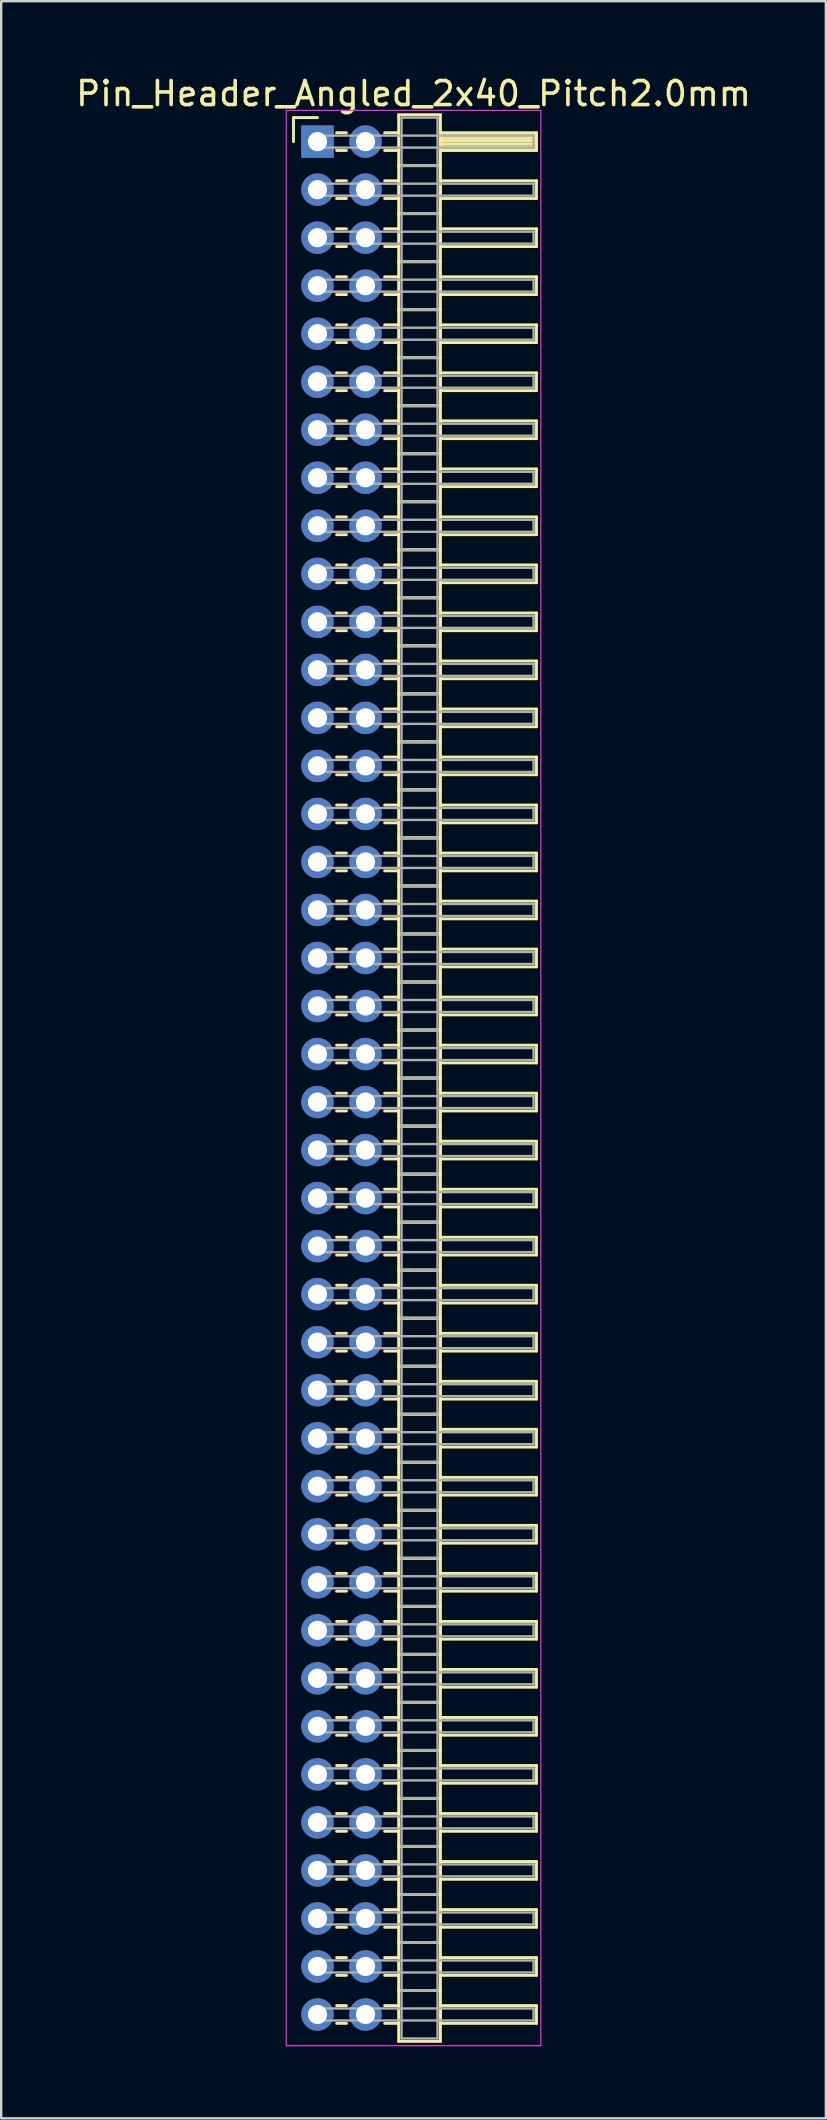
<source format=kicad_pcb>
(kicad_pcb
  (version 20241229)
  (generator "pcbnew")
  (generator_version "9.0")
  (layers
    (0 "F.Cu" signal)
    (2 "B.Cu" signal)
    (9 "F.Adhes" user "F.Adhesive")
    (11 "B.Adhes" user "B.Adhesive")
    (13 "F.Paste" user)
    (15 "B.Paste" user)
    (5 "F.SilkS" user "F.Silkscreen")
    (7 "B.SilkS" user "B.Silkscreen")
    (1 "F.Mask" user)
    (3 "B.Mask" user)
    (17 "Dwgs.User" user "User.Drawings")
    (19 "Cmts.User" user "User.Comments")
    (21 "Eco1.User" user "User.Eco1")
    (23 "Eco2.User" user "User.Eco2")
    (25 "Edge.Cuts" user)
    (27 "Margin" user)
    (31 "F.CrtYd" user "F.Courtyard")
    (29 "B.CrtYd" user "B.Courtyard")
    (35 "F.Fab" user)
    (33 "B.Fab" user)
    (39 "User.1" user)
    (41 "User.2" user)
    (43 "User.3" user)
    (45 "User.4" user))
  (footprint "Pin_Header_Angled_2x40_Pitch2.0mm"
    (layer "F.Cu")
    (at 10.173 2.848)
    (property "Reference" "Pin_Header_Angled_2x40_Pitch2.0mm" (at 4 -2 0) (layer "F.SilkS") (effects (font (size 1 1) (thickness 0.15))))
    (attr through_hole)
    (fp_line (start -1 -1) (end 0 -1) (stroke (width 0.12) (type solid)) (layer "F.SilkS"))
    (fp_line (start -1 0) (end -1 -1) (stroke (width 0.12) (type solid)) (layer "F.SilkS"))
    (fp_line (start 0.795 -0.37) (end 1.205 -0.37) (stroke (width 0.12) (type solid)) (layer "F.SilkS"))
    (fp_line (start 0.795 0.37) (end 1.205 0.37) (stroke (width 0.12) (type solid)) (layer "F.SilkS"))
    (fp_line (start 0.795 1.63) (end 1.205 1.63) (stroke (width 0.12) (type solid)) (layer "F.SilkS"))
    (fp_line (start 0.795 2.37) (end 1.205 2.37) (stroke (width 0.12) (type solid)) (layer "F.SilkS"))
    (fp_line (start 0.795 3.63) (end 1.205 3.63) (stroke (width 0.12) (type solid)) (layer "F.SilkS"))
    (fp_line (start 0.795 4.37) (end 1.205 4.37) (stroke (width 0.12) (type solid)) (layer "F.SilkS"))
    (fp_line (start 0.795 5.63) (end 1.205 5.63) (stroke (width 0.12) (type solid)) (layer "F.SilkS"))
    (fp_line (start 0.795 6.37) (end 1.205 6.37) (stroke (width 0.12) (type solid)) (layer "F.SilkS"))
    (fp_line (start 0.795 7.63) (end 1.205 7.63) (stroke (width 0.12) (type solid)) (layer "F.SilkS"))
    (fp_line (start 0.795 8.37) (end 1.205 8.37) (stroke (width 0.12) (type solid)) (layer "F.SilkS"))
    (fp_line (start 0.795 9.63) (end 1.205 9.63) (stroke (width 0.12) (type solid)) (layer "F.SilkS"))
    (fp_line (start 0.795 10.37) (end 1.205 10.37) (stroke (width 0.12) (type solid)) (layer "F.SilkS"))
    (fp_line (start 0.795 11.63) (end 1.205 11.63) (stroke (width 0.12) (type solid)) (layer "F.SilkS"))
    (fp_line (start 0.795 12.37) (end 1.205 12.37) (stroke (width 0.12) (type solid)) (layer "F.SilkS"))
    (fp_line (start 0.795 13.63) (end 1.205 13.63) (stroke (width 0.12) (type solid)) (layer "F.SilkS"))
    (fp_line (start 0.795 14.37) (end 1.205 14.37) (stroke (width 0.12) (type solid)) (layer "F.SilkS"))
    (fp_line (start 0.795 15.63) (end 1.205 15.63) (stroke (width 0.12) (type solid)) (layer "F.SilkS"))
    (fp_line (start 0.795 16.37) (end 1.205 16.37) (stroke (width 0.12) (type solid)) (layer "F.SilkS"))
    (fp_line (start 0.795 17.63) (end 1.205 17.63) (stroke (width 0.12) (type solid)) (layer "F.SilkS"))
    (fp_line (start 0.795 18.37) (end 1.205 18.37) (stroke (width 0.12) (type solid)) (layer "F.SilkS"))
    (fp_line (start 0.795 19.63) (end 1.205 19.63) (stroke (width 0.12) (type solid)) (layer "F.SilkS"))
    (fp_line (start 0.795 20.37) (end 1.205 20.37) (stroke (width 0.12) (type solid)) (layer "F.SilkS"))
    (fp_line (start 0.795 21.63) (end 1.205 21.63) (stroke (width 0.12) (type solid)) (layer "F.SilkS"))
    (fp_line (start 0.795 22.37) (end 1.205 22.37) (stroke (width 0.12) (type solid)) (layer "F.SilkS"))
    (fp_line (start 0.795 23.63) (end 1.205 23.63) (stroke (width 0.12) (type solid)) (layer "F.SilkS"))
    (fp_line (start 0.795 24.37) (end 1.205 24.37) (stroke (width 0.12) (type solid)) (layer "F.SilkS"))
    (fp_line (start 0.795 25.63) (end 1.205 25.63) (stroke (width 0.12) (type solid)) (layer "F.SilkS"))
    (fp_line (start 0.795 26.37) (end 1.205 26.37) (stroke (width 0.12) (type solid)) (layer "F.SilkS"))
    (fp_line (start 0.795 27.63) (end 1.205 27.63) (stroke (width 0.12) (type solid)) (layer "F.SilkS"))
    (fp_line (start 0.795 28.37) (end 1.205 28.37) (stroke (width 0.12) (type solid)) (layer "F.SilkS"))
    (fp_line (start 0.795 29.63) (end 1.205 29.63) (stroke (width 0.12) (type solid)) (layer "F.SilkS"))
    (fp_line (start 0.795 30.37) (end 1.205 30.37) (stroke (width 0.12) (type solid)) (layer "F.SilkS"))
    (fp_line (start 0.795 31.63) (end 1.205 31.63) (stroke (width 0.12) (type solid)) (layer "F.SilkS"))
    (fp_line (start 0.795 32.37) (end 1.205 32.37) (stroke (width 0.12) (type solid)) (layer "F.SilkS"))
    (fp_line (start 0.795 33.63) (end 1.205 33.63) (stroke (width 0.12) (type solid)) (layer "F.SilkS"))
    (fp_line (start 0.795 34.37) (end 1.205 34.37) (stroke (width 0.12) (type solid)) (layer "F.SilkS"))
    (fp_line (start 0.795 35.63) (end 1.205 35.63) (stroke (width 0.12) (type solid)) (layer "F.SilkS"))
    (fp_line (start 0.795 36.37) (end 1.205 36.37) (stroke (width 0.12) (type solid)) (layer "F.SilkS"))
    (fp_line (start 0.795 37.63) (end 1.205 37.63) (stroke (width 0.12) (type solid)) (layer "F.SilkS"))
    (fp_line (start 0.795 38.37) (end 1.205 38.37) (stroke (width 0.12) (type solid)) (layer "F.SilkS"))
    (fp_line (start 0.795 39.63) (end 1.205 39.63) (stroke (width 0.12) (type solid)) (layer "F.SilkS"))
    (fp_line (start 0.795 40.37) (end 1.205 40.37) (stroke (width 0.12) (type solid)) (layer "F.SilkS"))
    (fp_line (start 0.795 41.63) (end 1.205 41.63) (stroke (width 0.12) (type solid)) (layer "F.SilkS"))
    (fp_line (start 0.795 42.37) (end 1.205 42.37) (stroke (width 0.12) (type solid)) (layer "F.SilkS"))
    (fp_line (start 0.795 43.63) (end 1.205 43.63) (stroke (width 0.12) (type solid)) (layer "F.SilkS"))
    (fp_line (start 0.795 44.37) (end 1.205 44.37) (stroke (width 0.12) (type solid)) (layer "F.SilkS"))
    (fp_line (start 0.795 45.63) (end 1.205 45.63) (stroke (width 0.12) (type solid)) (layer "F.SilkS"))
    (fp_line (start 0.795 46.37) (end 1.205 46.37) (stroke (width 0.12) (type solid)) (layer "F.SilkS"))
    (fp_line (start 0.795 47.63) (end 1.205 47.63) (stroke (width 0.12) (type solid)) (layer "F.SilkS"))
    (fp_line (start 0.795 48.37) (end 1.205 48.37) (stroke (width 0.12) (type solid)) (layer "F.SilkS"))
    (fp_line (start 0.795 49.63) (end 1.205 49.63) (stroke (width 0.12) (type solid)) (layer "F.SilkS"))
    (fp_line (start 0.795 50.37) (end 1.205 50.37) (stroke (width 0.12) (type solid)) (layer "F.SilkS"))
    (fp_line (start 0.795 51.63) (end 1.205 51.63) (stroke (width 0.12) (type solid)) (layer "F.SilkS"))
    (fp_line (start 0.795 52.37) (end 1.205 52.37) (stroke (width 0.12) (type solid)) (layer "F.SilkS"))
    (fp_line (start 0.795 53.63) (end 1.205 53.63) (stroke (width 0.12) (type solid)) (layer "F.SilkS"))
    (fp_line (start 0.795 54.37) (end 1.205 54.37) (stroke (width 0.12) (type solid)) (layer "F.SilkS"))
    (fp_line (start 0.795 55.63) (end 1.205 55.63) (stroke (width 0.12) (type solid)) (layer "F.SilkS"))
    (fp_line (start 0.795 56.37) (end 1.205 56.37) (stroke (width 0.12) (type solid)) (layer "F.SilkS"))
    (fp_line (start 0.795 57.63) (end 1.205 57.63) (stroke (width 0.12) (type solid)) (layer "F.SilkS"))
    (fp_line (start 0.795 58.37) (end 1.205 58.37) (stroke (width 0.12) (type solid)) (layer "F.SilkS"))
    (fp_line (start 0.795 59.63) (end 1.205 59.63) (stroke (width 0.12) (type solid)) (layer "F.SilkS"))
    (fp_line (start 0.795 60.37) (end 1.205 60.37) (stroke (width 0.12) (type solid)) (layer "F.SilkS"))
    (fp_line (start 0.795 61.63) (end 1.205 61.63) (stroke (width 0.12) (type solid)) (layer "F.SilkS"))
    (fp_line (start 0.795 62.37) (end 1.205 62.37) (stroke (width 0.12) (type solid)) (layer "F.SilkS"))
    (fp_line (start 0.795 63.63) (end 1.205 63.63) (stroke (width 0.12) (type solid)) (layer "F.SilkS"))
    (fp_line (start 0.795 64.37) (end 1.205 64.37) (stroke (width 0.12) (type solid)) (layer "F.SilkS"))
    (fp_line (start 0.795 65.63) (end 1.205 65.63) (stroke (width 0.12) (type solid)) (layer "F.SilkS"))
    (fp_line (start 0.795 66.37) (end 1.205 66.37) (stroke (width 0.12) (type solid)) (layer "F.SilkS"))
    (fp_line (start 0.795 67.63) (end 1.205 67.63) (stroke (width 0.12) (type solid)) (layer "F.SilkS"))
    (fp_line (start 0.795 68.37) (end 1.205 68.37) (stroke (width 0.12) (type solid)) (layer "F.SilkS"))
    (fp_line (start 0.795 69.63) (end 1.205 69.63) (stroke (width 0.12) (type solid)) (layer "F.SilkS"))
    (fp_line (start 0.795 70.37) (end 1.205 70.37) (stroke (width 0.12) (type solid)) (layer "F.SilkS"))
    (fp_line (start 0.795 71.63) (end 1.205 71.63) (stroke (width 0.12) (type solid)) (layer "F.SilkS"))
    (fp_line (start 0.795 72.37) (end 1.205 72.37) (stroke (width 0.12) (type solid)) (layer "F.SilkS"))
    (fp_line (start 0.795 73.63) (end 1.205 73.63) (stroke (width 0.12) (type solid)) (layer "F.SilkS"))
    (fp_line (start 0.795 74.37) (end 1.205 74.37) (stroke (width 0.12) (type solid)) (layer "F.SilkS"))
    (fp_line (start 0.795 75.63) (end 1.205 75.63) (stroke (width 0.12) (type solid)) (layer "F.SilkS"))
    (fp_line (start 0.795 76.37) (end 1.205 76.37) (stroke (width 0.12) (type solid)) (layer "F.SilkS"))
    (fp_line (start 0.795 77.63) (end 1.205 77.63) (stroke (width 0.12) (type solid)) (layer "F.SilkS"))
    (fp_line (start 0.795 78.37) (end 1.205 78.37) (stroke (width 0.12) (type solid)) (layer "F.SilkS"))
    (fp_line (start 2.795 -0.37) (end 3.38 -0.37) (stroke (width 0.12) (type solid)) (layer "F.SilkS"))
    (fp_line (start 2.795 0.37) (end 3.38 0.37) (stroke (width 0.12) (type solid)) (layer "F.SilkS"))
    (fp_line (start 2.795 1.63) (end 3.38 1.63) (stroke (width 0.12) (type solid)) (layer "F.SilkS"))
    (fp_line (start 2.795 2.37) (end 3.38 2.37) (stroke (width 0.12) (type solid)) (layer "F.SilkS"))
    (fp_line (start 2.795 3.63) (end 3.38 3.63) (stroke (width 0.12) (type solid)) (layer "F.SilkS"))
    (fp_line (start 2.795 4.37) (end 3.38 4.37) (stroke (width 0.12) (type solid)) (layer "F.SilkS"))
    (fp_line (start 2.795 5.63) (end 3.38 5.63) (stroke (width 0.12) (type solid)) (layer "F.SilkS"))
    (fp_line (start 2.795 6.37) (end 3.38 6.37) (stroke (width 0.12) (type solid)) (layer "F.SilkS"))
    (fp_line (start 2.795 7.63) (end 3.38 7.63) (stroke (width 0.12) (type solid)) (layer "F.SilkS"))
    (fp_line (start 2.795 8.37) (end 3.38 8.37) (stroke (width 0.12) (type solid)) (layer "F.SilkS"))
    (fp_line (start 2.795 9.63) (end 3.38 9.63) (stroke (width 0.12) (type solid)) (layer "F.SilkS"))
    (fp_line (start 2.795 10.37) (end 3.38 10.37) (stroke (width 0.12) (type solid)) (layer "F.SilkS"))
    (fp_line (start 2.795 11.63) (end 3.38 11.63) (stroke (width 0.12) (type solid)) (layer "F.SilkS"))
    (fp_line (start 2.795 12.37) (end 3.38 12.37) (stroke (width 0.12) (type solid)) (layer "F.SilkS"))
    (fp_line (start 2.795 13.63) (end 3.38 13.63) (stroke (width 0.12) (type solid)) (layer "F.SilkS"))
    (fp_line (start 2.795 14.37) (end 3.38 14.37) (stroke (width 0.12) (type solid)) (layer "F.SilkS"))
    (fp_line (start 2.795 15.63) (end 3.38 15.63) (stroke (width 0.12) (type solid)) (layer "F.SilkS"))
    (fp_line (start 2.795 16.37) (end 3.38 16.37) (stroke (width 0.12) (type solid)) (layer "F.SilkS"))
    (fp_line (start 2.795 17.63) (end 3.38 17.63) (stroke (width 0.12) (type solid)) (layer "F.SilkS"))
    (fp_line (start 2.795 18.37) (end 3.38 18.37) (stroke (width 0.12) (type solid)) (layer "F.SilkS"))
    (fp_line (start 2.795 19.63) (end 3.38 19.63) (stroke (width 0.12) (type solid)) (layer "F.SilkS"))
    (fp_line (start 2.795 20.37) (end 3.38 20.37) (stroke (width 0.12) (type solid)) (layer "F.SilkS"))
    (fp_line (start 2.795 21.63) (end 3.38 21.63) (stroke (width 0.12) (type solid)) (layer "F.SilkS"))
    (fp_line (start 2.795 22.37) (end 3.38 22.37) (stroke (width 0.12) (type solid)) (layer "F.SilkS"))
    (fp_line (start 2.795 23.63) (end 3.38 23.63) (stroke (width 0.12) (type solid)) (layer "F.SilkS"))
    (fp_line (start 2.795 24.37) (end 3.38 24.37) (stroke (width 0.12) (type solid)) (layer "F.SilkS"))
    (fp_line (start 2.795 25.63) (end 3.38 25.63) (stroke (width 0.12) (type solid)) (layer "F.SilkS"))
    (fp_line (start 2.795 26.37) (end 3.38 26.37) (stroke (width 0.12) (type solid)) (layer "F.SilkS"))
    (fp_line (start 2.795 27.63) (end 3.38 27.63) (stroke (width 0.12) (type solid)) (layer "F.SilkS"))
    (fp_line (start 2.795 28.37) (end 3.38 28.37) (stroke (width 0.12) (type solid)) (layer "F.SilkS"))
    (fp_line (start 2.795 29.63) (end 3.38 29.63) (stroke (width 0.12) (type solid)) (layer "F.SilkS"))
    (fp_line (start 2.795 30.37) (end 3.38 30.37) (stroke (width 0.12) (type solid)) (layer "F.SilkS"))
    (fp_line (start 2.795 31.63) (end 3.38 31.63) (stroke (width 0.12) (type solid)) (layer "F.SilkS"))
    (fp_line (start 2.795 32.37) (end 3.38 32.37) (stroke (width 0.12) (type solid)) (layer "F.SilkS"))
    (fp_line (start 2.795 33.63) (end 3.38 33.63) (stroke (width 0.12) (type solid)) (layer "F.SilkS"))
    (fp_line (start 2.795 34.37) (end 3.38 34.37) (stroke (width 0.12) (type solid)) (layer "F.SilkS"))
    (fp_line (start 2.795 35.63) (end 3.38 35.63) (stroke (width 0.12) (type solid)) (layer "F.SilkS"))
    (fp_line (start 2.795 36.37) (end 3.38 36.37) (stroke (width 0.12) (type solid)) (layer "F.SilkS"))
    (fp_line (start 2.795 37.63) (end 3.38 37.63) (stroke (width 0.12) (type solid)) (layer "F.SilkS"))
    (fp_line (start 2.795 38.37) (end 3.38 38.37) (stroke (width 0.12) (type solid)) (layer "F.SilkS"))
    (fp_line (start 2.795 39.63) (end 3.38 39.63) (stroke (width 0.12) (type solid)) (layer "F.SilkS"))
    (fp_line (start 2.795 40.37) (end 3.38 40.37) (stroke (width 0.12) (type solid)) (layer "F.SilkS"))
    (fp_line (start 2.795 41.63) (end 3.38 41.63) (stroke (width 0.12) (type solid)) (layer "F.SilkS"))
    (fp_line (start 2.795 42.37) (end 3.38 42.37) (stroke (width 0.12) (type solid)) (layer "F.SilkS"))
    (fp_line (start 2.795 43.63) (end 3.38 43.63) (stroke (width 0.12) (type solid)) (layer "F.SilkS"))
    (fp_line (start 2.795 44.37) (end 3.38 44.37) (stroke (width 0.12) (type solid)) (layer "F.SilkS"))
    (fp_line (start 2.795 45.63) (end 3.38 45.63) (stroke (width 0.12) (type solid)) (layer "F.SilkS"))
    (fp_line (start 2.795 46.37) (end 3.38 46.37) (stroke (width 0.12) (type solid)) (layer "F.SilkS"))
    (fp_line (start 2.795 47.63) (end 3.38 47.63) (stroke (width 0.12) (type solid)) (layer "F.SilkS"))
    (fp_line (start 2.795 48.37) (end 3.38 48.37) (stroke (width 0.12) (type solid)) (layer "F.SilkS"))
    (fp_line (start 2.795 49.63) (end 3.38 49.63) (stroke (width 0.12) (type solid)) (layer "F.SilkS"))
    (fp_line (start 2.795 50.37) (end 3.38 50.37) (stroke (width 0.12) (type solid)) (layer "F.SilkS"))
    (fp_line (start 2.795 51.63) (end 3.38 51.63) (stroke (width 0.12) (type solid)) (layer "F.SilkS"))
    (fp_line (start 2.795 52.37) (end 3.38 52.37) (stroke (width 0.12) (type solid)) (layer "F.SilkS"))
    (fp_line (start 2.795 53.63) (end 3.38 53.63) (stroke (width 0.12) (type solid)) (layer "F.SilkS"))
    (fp_line (start 2.795 54.37) (end 3.38 54.37) (stroke (width 0.12) (type solid)) (layer "F.SilkS"))
    (fp_line (start 2.795 55.63) (end 3.38 55.63) (stroke (width 0.12) (type solid)) (layer "F.SilkS"))
    (fp_line (start 2.795 56.37) (end 3.38 56.37) (stroke (width 0.12) (type solid)) (layer "F.SilkS"))
    (fp_line (start 2.795 57.63) (end 3.38 57.63) (stroke (width 0.12) (type solid)) (layer "F.SilkS"))
    (fp_line (start 2.795 58.37) (end 3.38 58.37) (stroke (width 0.12) (type solid)) (layer "F.SilkS"))
    (fp_line (start 2.795 59.63) (end 3.38 59.63) (stroke (width 0.12) (type solid)) (layer "F.SilkS"))
    (fp_line (start 2.795 60.37) (end 3.38 60.37) (stroke (width 0.12) (type solid)) (layer "F.SilkS"))
    (fp_line (start 2.795 61.63) (end 3.38 61.63) (stroke (width 0.12) (type solid)) (layer "F.SilkS"))
    (fp_line (start 2.795 62.37) (end 3.38 62.37) (stroke (width 0.12) (type solid)) (layer "F.SilkS"))
    (fp_line (start 2.795 63.63) (end 3.38 63.63) (stroke (width 0.12) (type solid)) (layer "F.SilkS"))
    (fp_line (start 2.795 64.37) (end 3.38 64.37) (stroke (width 0.12) (type solid)) (layer "F.SilkS"))
    (fp_line (start 2.795 65.63) (end 3.38 65.63) (stroke (width 0.12) (type solid)) (layer "F.SilkS"))
    (fp_line (start 2.795 66.37) (end 3.38 66.37) (stroke (width 0.12) (type solid)) (layer "F.SilkS"))
    (fp_line (start 2.795 67.63) (end 3.38 67.63) (stroke (width 0.12) (type solid)) (layer "F.SilkS"))
    (fp_line (start 2.795 68.37) (end 3.38 68.37) (stroke (width 0.12) (type solid)) (layer "F.SilkS"))
    (fp_line (start 2.795 69.63) (end 3.38 69.63) (stroke (width 0.12) (type solid)) (layer "F.SilkS"))
    (fp_line (start 2.795 70.37) (end 3.38 70.37) (stroke (width 0.12) (type solid)) (layer "F.SilkS"))
    (fp_line (start 2.795 71.63) (end 3.38 71.63) (stroke (width 0.12) (type solid)) (layer "F.SilkS"))
    (fp_line (start 2.795 72.37) (end 3.38 72.37) (stroke (width 0.12) (type solid)) (layer "F.SilkS"))
    (fp_line (start 2.795 73.63) (end 3.38 73.63) (stroke (width 0.12) (type solid)) (layer "F.SilkS"))
    (fp_line (start 2.795 74.37) (end 3.38 74.37) (stroke (width 0.12) (type solid)) (layer "F.SilkS"))
    (fp_line (start 2.795 75.63) (end 3.38 75.63) (stroke (width 0.12) (type solid)) (layer "F.SilkS"))
    (fp_line (start 2.795 76.37) (end 3.38 76.37) (stroke (width 0.12) (type solid)) (layer "F.SilkS"))
    (fp_line (start 2.795 77.63) (end 3.38 77.63) (stroke (width 0.12) (type solid)) (layer "F.SilkS"))
    (fp_line (start 2.795 78.37) (end 3.38 78.37) (stroke (width 0.12) (type solid)) (layer "F.SilkS"))
    (fp_line (start 3.38 -1.12) (end 3.38 1) (stroke (width 0.12) (type solid)) (layer "F.SilkS"))
    (fp_line (start 3.38 1) (end 3.38 3) (stroke (width 0.12) (type solid)) (layer "F.SilkS"))
    (fp_line (start 3.38 1) (end 5.12 1) (stroke (width 0.12) (type solid)) (layer "F.SilkS"))
    (fp_line (start 3.38 3) (end 3.38 5) (stroke (width 0.12) (type solid)) (layer "F.SilkS"))
    (fp_line (start 3.38 3) (end 5.12 3) (stroke (width 0.12) (type solid)) (layer "F.SilkS"))
    (fp_line (start 3.38 5) (end 3.38 7) (stroke (width 0.12) (type solid)) (layer "F.SilkS"))
    (fp_line (start 3.38 5) (end 5.12 5) (stroke (width 0.12) (type solid)) (layer "F.SilkS"))
    (fp_line (start 3.38 7) (end 3.38 9) (stroke (width 0.12) (type solid)) (layer "F.SilkS"))
    (fp_line (start 3.38 7) (end 5.12 7) (stroke (width 0.12) (type solid)) (layer "F.SilkS"))
    (fp_line (start 3.38 9) (end 3.38 11) (stroke (width 0.12) (type solid)) (layer "F.SilkS"))
    (fp_line (start 3.38 9) (end 5.12 9) (stroke (width 0.12) (type solid)) (layer "F.SilkS"))
    (fp_line (start 3.38 11) (end 3.38 13) (stroke (width 0.12) (type solid)) (layer "F.SilkS"))
    (fp_line (start 3.38 11) (end 5.12 11) (stroke (width 0.12) (type solid)) (layer "F.SilkS"))
    (fp_line (start 3.38 13) (end 3.38 15) (stroke (width 0.12) (type solid)) (layer "F.SilkS"))
    (fp_line (start 3.38 13) (end 5.12 13) (stroke (width 0.12) (type solid)) (layer "F.SilkS"))
    (fp_line (start 3.38 15) (end 3.38 17) (stroke (width 0.12) (type solid)) (layer "F.SilkS"))
    (fp_line (start 3.38 15) (end 5.12 15) (stroke (width 0.12) (type solid)) (layer "F.SilkS"))
    (fp_line (start 3.38 17) (end 3.38 19) (stroke (width 0.12) (type solid)) (layer "F.SilkS"))
    (fp_line (start 3.38 17) (end 5.12 17) (stroke (width 0.12) (type solid)) (layer "F.SilkS"))
    (fp_line (start 3.38 19) (end 3.38 21) (stroke (width 0.12) (type solid)) (layer "F.SilkS"))
    (fp_line (start 3.38 19) (end 5.12 19) (stroke (width 0.12) (type solid)) (layer "F.SilkS"))
    (fp_line (start 3.38 21) (end 3.38 23) (stroke (width 0.12) (type solid)) (layer "F.SilkS"))
    (fp_line (start 3.38 21) (end 5.12 21) (stroke (width 0.12) (type solid)) (layer "F.SilkS"))
    (fp_line (start 3.38 23) (end 3.38 25) (stroke (width 0.12) (type solid)) (layer "F.SilkS"))
    (fp_line (start 3.38 23) (end 5.12 23) (stroke (width 0.12) (type solid)) (layer "F.SilkS"))
    (fp_line (start 3.38 25) (end 3.38 27) (stroke (width 0.12) (type solid)) (layer "F.SilkS"))
    (fp_line (start 3.38 25) (end 5.12 25) (stroke (width 0.12) (type solid)) (layer "F.SilkS"))
    (fp_line (start 3.38 27) (end 3.38 29) (stroke (width 0.12) (type solid)) (layer "F.SilkS"))
    (fp_line (start 3.38 27) (end 5.12 27) (stroke (width 0.12) (type solid)) (layer "F.SilkS"))
    (fp_line (start 3.38 29) (end 3.38 31) (stroke (width 0.12) (type solid)) (layer "F.SilkS"))
    (fp_line (start 3.38 29) (end 5.12 29) (stroke (width 0.12) (type solid)) (layer "F.SilkS"))
    (fp_line (start 3.38 31) (end 3.38 33) (stroke (width 0.12) (type solid)) (layer "F.SilkS"))
    (fp_line (start 3.38 31) (end 5.12 31) (stroke (width 0.12) (type solid)) (layer "F.SilkS"))
    (fp_line (start 3.38 33) (end 3.38 35) (stroke (width 0.12) (type solid)) (layer "F.SilkS"))
    (fp_line (start 3.38 33) (end 5.12 33) (stroke (width 0.12) (type solid)) (layer "F.SilkS"))
    (fp_line (start 3.38 35) (end 3.38 37) (stroke (width 0.12) (type solid)) (layer "F.SilkS"))
    (fp_line (start 3.38 35) (end 5.12 35) (stroke (width 0.12) (type solid)) (layer "F.SilkS"))
    (fp_line (start 3.38 37) (end 3.38 39) (stroke (width 0.12) (type solid)) (layer "F.SilkS"))
    (fp_line (start 3.38 37) (end 5.12 37) (stroke (width 0.12) (type solid)) (layer "F.SilkS"))
    (fp_line (start 3.38 39) (end 3.38 41) (stroke (width 0.12) (type solid)) (layer "F.SilkS"))
    (fp_line (start 3.38 39) (end 5.12 39) (stroke (width 0.12) (type solid)) (layer "F.SilkS"))
    (fp_line (start 3.38 41) (end 3.38 43) (stroke (width 0.12) (type solid)) (layer "F.SilkS"))
    (fp_line (start 3.38 41) (end 5.12 41) (stroke (width 0.12) (type solid)) (layer "F.SilkS"))
    (fp_line (start 3.38 43) (end 3.38 45) (stroke (width 0.12) (type solid)) (layer "F.SilkS"))
    (fp_line (start 3.38 43) (end 5.12 43) (stroke (width 0.12) (type solid)) (layer "F.SilkS"))
    (fp_line (start 3.38 45) (end 3.38 47) (stroke (width 0.12) (type solid)) (layer "F.SilkS"))
    (fp_line (start 3.38 45) (end 5.12 45) (stroke (width 0.12) (type solid)) (layer "F.SilkS"))
    (fp_line (start 3.38 47) (end 3.38 49) (stroke (width 0.12) (type solid)) (layer "F.SilkS"))
    (fp_line (start 3.38 47) (end 5.12 47) (stroke (width 0.12) (type solid)) (layer "F.SilkS"))
    (fp_line (start 3.38 49) (end 3.38 51) (stroke (width 0.12) (type solid)) (layer "F.SilkS"))
    (fp_line (start 3.38 49) (end 5.12 49) (stroke (width 0.12) (type solid)) (layer "F.SilkS"))
    (fp_line (start 3.38 51) (end 3.38 53) (stroke (width 0.12) (type solid)) (layer "F.SilkS"))
    (fp_line (start 3.38 51) (end 5.12 51) (stroke (width 0.12) (type solid)) (layer "F.SilkS"))
    (fp_line (start 3.38 53) (end 3.38 55) (stroke (width 0.12) (type solid)) (layer "F.SilkS"))
    (fp_line (start 3.38 53) (end 5.12 53) (stroke (width 0.12) (type solid)) (layer "F.SilkS"))
    (fp_line (start 3.38 55) (end 3.38 57) (stroke (width 0.12) (type solid)) (layer "F.SilkS"))
    (fp_line (start 3.38 55) (end 5.12 55) (stroke (width 0.12) (type solid)) (layer "F.SilkS"))
    (fp_line (start 3.38 57) (end 3.38 59) (stroke (width 0.12) (type solid)) (layer "F.SilkS"))
    (fp_line (start 3.38 57) (end 5.12 57) (stroke (width 0.12) (type solid)) (layer "F.SilkS"))
    (fp_line (start 3.38 59) (end 3.38 61) (stroke (width 0.12) (type solid)) (layer "F.SilkS"))
    (fp_line (start 3.38 59) (end 5.12 59) (stroke (width 0.12) (type solid)) (layer "F.SilkS"))
    (fp_line (start 3.38 61) (end 3.38 63) (stroke (width 0.12) (type solid)) (layer "F.SilkS"))
    (fp_line (start 3.38 61) (end 5.12 61) (stroke (width 0.12) (type solid)) (layer "F.SilkS"))
    (fp_line (start 3.38 63) (end 3.38 65) (stroke (width 0.12) (type solid)) (layer "F.SilkS"))
    (fp_line (start 3.38 63) (end 5.12 63) (stroke (width 0.12) (type solid)) (layer "F.SilkS"))
    (fp_line (start 3.38 65) (end 3.38 67) (stroke (width 0.12) (type solid)) (layer "F.SilkS"))
    (fp_line (start 3.38 65) (end 5.12 65) (stroke (width 0.12) (type solid)) (layer "F.SilkS"))
    (fp_line (start 3.38 67) (end 3.38 69) (stroke (width 0.12) (type solid)) (layer "F.SilkS"))
    (fp_line (start 3.38 67) (end 5.12 67) (stroke (width 0.12) (type solid)) (layer "F.SilkS"))
    (fp_line (start 3.38 69) (end 3.38 71) (stroke (width 0.12) (type solid)) (layer "F.SilkS"))
    (fp_line (start 3.38 69) (end 5.12 69) (stroke (width 0.12) (type solid)) (layer "F.SilkS"))
    (fp_line (start 3.38 71) (end 3.38 73) (stroke (width 0.12) (type solid)) (layer "F.SilkS"))
    (fp_line (start 3.38 71) (end 5.12 71) (stroke (width 0.12) (type solid)) (layer "F.SilkS"))
    (fp_line (start 3.38 73) (end 3.38 75) (stroke (width 0.12) (type solid)) (layer "F.SilkS"))
    (fp_line (start 3.38 73) (end 5.12 73) (stroke (width 0.12) (type solid)) (layer "F.SilkS"))
    (fp_line (start 3.38 75) (end 3.38 77) (stroke (width 0.12) (type solid)) (layer "F.SilkS"))
    (fp_line (start 3.38 75) (end 5.12 75) (stroke (width 0.12) (type solid)) (layer "F.SilkS"))
    (fp_line (start 3.38 77) (end 3.38 79.12) (stroke (width 0.12) (type solid)) (layer "F.SilkS"))
    (fp_line (start 3.38 77) (end 5.12 77) (stroke (width 0.12) (type solid)) (layer "F.SilkS"))
    (fp_line (start 3.38 79.12) (end 5.12 79.12) (stroke (width 0.12) (type solid)) (layer "F.SilkS"))
    (fp_line (start 5.12 -1.12) (end 3.38 -1.12) (stroke (width 0.12) (type solid)) (layer "F.SilkS"))
    (fp_line (start 5.12 -0.37) (end 5.12 0.37) (stroke (width 0.12) (type solid)) (layer "F.SilkS"))
    (fp_line (start 5.12 -0.25) (end 9.12 -0.25) (stroke (width 0.12) (type solid)) (layer "F.SilkS"))
    (fp_line (start 5.12 -0.13) (end 9.12 -0.13) (stroke (width 0.12) (type solid)) (layer "F.SilkS"))
    (fp_line (start 5.12 -0.01) (end 9.12 -0.01) (stroke (width 0.12) (type solid)) (layer "F.SilkS"))
    (fp_line (start 5.12 0.11) (end 9.12 0.11) (stroke (width 0.12) (type solid)) (layer "F.SilkS"))
    (fp_line (start 5.12 0.23) (end 9.12 0.23) (stroke (width 0.12) (type solid)) (layer "F.SilkS"))
    (fp_line (start 5.12 0.35) (end 9.12 0.35) (stroke (width 0.12) (type solid)) (layer "F.SilkS"))
    (fp_line (start 5.12 0.37) (end 9.12 0.37) (stroke (width 0.12) (type solid)) (layer "F.SilkS"))
    (fp_line (start 5.12 1) (end 3.38 1) (stroke (width 0.12) (type solid)) (layer "F.SilkS"))
    (fp_line (start 5.12 1) (end 5.12 -1.12) (stroke (width 0.12) (type solid)) (layer "F.SilkS"))
    (fp_line (start 5.12 1.63) (end 5.12 2.37) (stroke (width 0.12) (type solid)) (layer "F.SilkS"))
    (fp_line (start 5.12 2.37) (end 9.12 2.37) (stroke (width 0.12) (type solid)) (layer "F.SilkS"))
    (fp_line (start 5.12 3) (end 3.38 3) (stroke (width 0.12) (type solid)) (layer "F.SilkS"))
    (fp_line (start 5.12 3) (end 5.12 1) (stroke (width 0.12) (type solid)) (layer "F.SilkS"))
    (fp_line (start 5.12 3.63) (end 5.12 4.37) (stroke (width 0.12) (type solid)) (layer "F.SilkS"))
    (fp_line (start 5.12 4.37) (end 9.12 4.37) (stroke (width 0.12) (type solid)) (layer "F.SilkS"))
    (fp_line (start 5.12 5) (end 3.38 5) (stroke (width 0.12) (type solid)) (layer "F.SilkS"))
    (fp_line (start 5.12 5) (end 5.12 3) (stroke (width 0.12) (type solid)) (layer "F.SilkS"))
    (fp_line (start 5.12 5.63) (end 5.12 6.37) (stroke (width 0.12) (type solid)) (layer "F.SilkS"))
    (fp_line (start 5.12 6.37) (end 9.12 6.37) (stroke (width 0.12) (type solid)) (layer "F.SilkS"))
    (fp_line (start 5.12 7) (end 3.38 7) (stroke (width 0.12) (type solid)) (layer "F.SilkS"))
    (fp_line (start 5.12 7) (end 5.12 5) (stroke (width 0.12) (type solid)) (layer "F.SilkS"))
    (fp_line (start 5.12 7.63) (end 5.12 8.37) (stroke (width 0.12) (type solid)) (layer "F.SilkS"))
    (fp_line (start 5.12 8.37) (end 9.12 8.37) (stroke (width 0.12) (type solid)) (layer "F.SilkS"))
    (fp_line (start 5.12 9) (end 3.38 9) (stroke (width 0.12) (type solid)) (layer "F.SilkS"))
    (fp_line (start 5.12 9) (end 5.12 7) (stroke (width 0.12) (type solid)) (layer "F.SilkS"))
    (fp_line (start 5.12 9.63) (end 5.12 10.37) (stroke (width 0.12) (type solid)) (layer "F.SilkS"))
    (fp_line (start 5.12 10.37) (end 9.12 10.37) (stroke (width 0.12) (type solid)) (layer "F.SilkS"))
    (fp_line (start 5.12 11) (end 3.38 11) (stroke (width 0.12) (type solid)) (layer "F.SilkS"))
    (fp_line (start 5.12 11) (end 5.12 9) (stroke (width 0.12) (type solid)) (layer "F.SilkS"))
    (fp_line (start 5.12 11.63) (end 5.12 12.37) (stroke (width 0.12) (type solid)) (layer "F.SilkS"))
    (fp_line (start 5.12 12.37) (end 9.12 12.37) (stroke (width 0.12) (type solid)) (layer "F.SilkS"))
    (fp_line (start 5.12 13) (end 3.38 13) (stroke (width 0.12) (type solid)) (layer "F.SilkS"))
    (fp_line (start 5.12 13) (end 5.12 11) (stroke (width 0.12) (type solid)) (layer "F.SilkS"))
    (fp_line (start 5.12 13.63) (end 5.12 14.37) (stroke (width 0.12) (type solid)) (layer "F.SilkS"))
    (fp_line (start 5.12 14.37) (end 9.12 14.37) (stroke (width 0.12) (type solid)) (layer "F.SilkS"))
    (fp_line (start 5.12 15) (end 3.38 15) (stroke (width 0.12) (type solid)) (layer "F.SilkS"))
    (fp_line (start 5.12 15) (end 5.12 13) (stroke (width 0.12) (type solid)) (layer "F.SilkS"))
    (fp_line (start 5.12 15.63) (end 5.12 16.37) (stroke (width 0.12) (type solid)) (layer "F.SilkS"))
    (fp_line (start 5.12 16.37) (end 9.12 16.37) (stroke (width 0.12) (type solid)) (layer "F.SilkS"))
    (fp_line (start 5.12 17) (end 3.38 17) (stroke (width 0.12) (type solid)) (layer "F.SilkS"))
    (fp_line (start 5.12 17) (end 5.12 15) (stroke (width 0.12) (type solid)) (layer "F.SilkS"))
    (fp_line (start 5.12 17.63) (end 5.12 18.37) (stroke (width 0.12) (type solid)) (layer "F.SilkS"))
    (fp_line (start 5.12 18.37) (end 9.12 18.37) (stroke (width 0.12) (type solid)) (layer "F.SilkS"))
    (fp_line (start 5.12 19) (end 3.38 19) (stroke (width 0.12) (type solid)) (layer "F.SilkS"))
    (fp_line (start 5.12 19) (end 5.12 17) (stroke (width 0.12) (type solid)) (layer "F.SilkS"))
    (fp_line (start 5.12 19.63) (end 5.12 20.37) (stroke (width 0.12) (type solid)) (layer "F.SilkS"))
    (fp_line (start 5.12 20.37) (end 9.12 20.37) (stroke (width 0.12) (type solid)) (layer "F.SilkS"))
    (fp_line (start 5.12 21) (end 3.38 21) (stroke (width 0.12) (type solid)) (layer "F.SilkS"))
    (fp_line (start 5.12 21) (end 5.12 19) (stroke (width 0.12) (type solid)) (layer "F.SilkS"))
    (fp_line (start 5.12 21.63) (end 5.12 22.37) (stroke (width 0.12) (type solid)) (layer "F.SilkS"))
    (fp_line (start 5.12 22.37) (end 9.12 22.37) (stroke (width 0.12) (type solid)) (layer "F.SilkS"))
    (fp_line (start 5.12 23) (end 3.38 23) (stroke (width 0.12) (type solid)) (layer "F.SilkS"))
    (fp_line (start 5.12 23) (end 5.12 21) (stroke (width 0.12) (type solid)) (layer "F.SilkS"))
    (fp_line (start 5.12 23.63) (end 5.12 24.37) (stroke (width 0.12) (type solid)) (layer "F.SilkS"))
    (fp_line (start 5.12 24.37) (end 9.12 24.37) (stroke (width 0.12) (type solid)) (layer "F.SilkS"))
    (fp_line (start 5.12 25) (end 3.38 25) (stroke (width 0.12) (type solid)) (layer "F.SilkS"))
    (fp_line (start 5.12 25) (end 5.12 23) (stroke (width 0.12) (type solid)) (layer "F.SilkS"))
    (fp_line (start 5.12 25.63) (end 5.12 26.37) (stroke (width 0.12) (type solid)) (layer "F.SilkS"))
    (fp_line (start 5.12 26.37) (end 9.12 26.37) (stroke (width 0.12) (type solid)) (layer "F.SilkS"))
    (fp_line (start 5.12 27) (end 3.38 27) (stroke (width 0.12) (type solid)) (layer "F.SilkS"))
    (fp_line (start 5.12 27) (end 5.12 25) (stroke (width 0.12) (type solid)) (layer "F.SilkS"))
    (fp_line (start 5.12 27.63) (end 5.12 28.37) (stroke (width 0.12) (type solid)) (layer "F.SilkS"))
    (fp_line (start 5.12 28.37) (end 9.12 28.37) (stroke (width 0.12) (type solid)) (layer "F.SilkS"))
    (fp_line (start 5.12 29) (end 3.38 29) (stroke (width 0.12) (type solid)) (layer "F.SilkS"))
    (fp_line (start 5.12 29) (end 5.12 27) (stroke (width 0.12) (type solid)) (layer "F.SilkS"))
    (fp_line (start 5.12 29.63) (end 5.12 30.37) (stroke (width 0.12) (type solid)) (layer "F.SilkS"))
    (fp_line (start 5.12 30.37) (end 9.12 30.37) (stroke (width 0.12) (type solid)) (layer "F.SilkS"))
    (fp_line (start 5.12 31) (end 3.38 31) (stroke (width 0.12) (type solid)) (layer "F.SilkS"))
    (fp_line (start 5.12 31) (end 5.12 29) (stroke (width 0.12) (type solid)) (layer "F.SilkS"))
    (fp_line (start 5.12 31.63) (end 5.12 32.37) (stroke (width 0.12) (type solid)) (layer "F.SilkS"))
    (fp_line (start 5.12 32.37) (end 9.12 32.37) (stroke (width 0.12) (type solid)) (layer "F.SilkS"))
    (fp_line (start 5.12 33) (end 3.38 33) (stroke (width 0.12) (type solid)) (layer "F.SilkS"))
    (fp_line (start 5.12 33) (end 5.12 31) (stroke (width 0.12) (type solid)) (layer "F.SilkS"))
    (fp_line (start 5.12 33.63) (end 5.12 34.37) (stroke (width 0.12) (type solid)) (layer "F.SilkS"))
    (fp_line (start 5.12 34.37) (end 9.12 34.37) (stroke (width 0.12) (type solid)) (layer "F.SilkS"))
    (fp_line (start 5.12 35) (end 3.38 35) (stroke (width 0.12) (type solid)) (layer "F.SilkS"))
    (fp_line (start 5.12 35) (end 5.12 33) (stroke (width 0.12) (type solid)) (layer "F.SilkS"))
    (fp_line (start 5.12 35.63) (end 5.12 36.37) (stroke (width 0.12) (type solid)) (layer "F.SilkS"))
    (fp_line (start 5.12 36.37) (end 9.12 36.37) (stroke (width 0.12) (type solid)) (layer "F.SilkS"))
    (fp_line (start 5.12 37) (end 3.38 37) (stroke (width 0.12) (type solid)) (layer "F.SilkS"))
    (fp_line (start 5.12 37) (end 5.12 35) (stroke (width 0.12) (type solid)) (layer "F.SilkS"))
    (fp_line (start 5.12 37.63) (end 5.12 38.37) (stroke (width 0.12) (type solid)) (layer "F.SilkS"))
    (fp_line (start 5.12 38.37) (end 9.12 38.37) (stroke (width 0.12) (type solid)) (layer "F.SilkS"))
    (fp_line (start 5.12 39) (end 3.38 39) (stroke (width 0.12) (type solid)) (layer "F.SilkS"))
    (fp_line (start 5.12 39) (end 5.12 37) (stroke (width 0.12) (type solid)) (layer "F.SilkS"))
    (fp_line (start 5.12 39.63) (end 5.12 40.37) (stroke (width 0.12) (type solid)) (layer "F.SilkS"))
    (fp_line (start 5.12 40.37) (end 9.12 40.37) (stroke (width 0.12) (type solid)) (layer "F.SilkS"))
    (fp_line (start 5.12 41) (end 3.38 41) (stroke (width 0.12) (type solid)) (layer "F.SilkS"))
    (fp_line (start 5.12 41) (end 5.12 39) (stroke (width 0.12) (type solid)) (layer "F.SilkS"))
    (fp_line (start 5.12 41.63) (end 5.12 42.37) (stroke (width 0.12) (type solid)) (layer "F.SilkS"))
    (fp_line (start 5.12 42.37) (end 9.12 42.37) (stroke (width 0.12) (type solid)) (layer "F.SilkS"))
    (fp_line (start 5.12 43) (end 3.38 43) (stroke (width 0.12) (type solid)) (layer "F.SilkS"))
    (fp_line (start 5.12 43) (end 5.12 41) (stroke (width 0.12) (type solid)) (layer "F.SilkS"))
    (fp_line (start 5.12 43.63) (end 5.12 44.37) (stroke (width 0.12) (type solid)) (layer "F.SilkS"))
    (fp_line (start 5.12 44.37) (end 9.12 44.37) (stroke (width 0.12) (type solid)) (layer "F.SilkS"))
    (fp_line (start 5.12 45) (end 3.38 45) (stroke (width 0.12) (type solid)) (layer "F.SilkS"))
    (fp_line (start 5.12 45) (end 5.12 43) (stroke (width 0.12) (type solid)) (layer "F.SilkS"))
    (fp_line (start 5.12 45.63) (end 5.12 46.37) (stroke (width 0.12) (type solid)) (layer "F.SilkS"))
    (fp_line (start 5.12 46.37) (end 9.12 46.37) (stroke (width 0.12) (type solid)) (layer "F.SilkS"))
    (fp_line (start 5.12 47) (end 3.38 47) (stroke (width 0.12) (type solid)) (layer "F.SilkS"))
    (fp_line (start 5.12 47) (end 5.12 45) (stroke (width 0.12) (type solid)) (layer "F.SilkS"))
    (fp_line (start 5.12 47.63) (end 5.12 48.37) (stroke (width 0.12) (type solid)) (layer "F.SilkS"))
    (fp_line (start 5.12 48.37) (end 9.12 48.37) (stroke (width 0.12) (type solid)) (layer "F.SilkS"))
    (fp_line (start 5.12 49) (end 3.38 49) (stroke (width 0.12) (type solid)) (layer "F.SilkS"))
    (fp_line (start 5.12 49) (end 5.12 47) (stroke (width 0.12) (type solid)) (layer "F.SilkS"))
    (fp_line (start 5.12 49.63) (end 5.12 50.37) (stroke (width 0.12) (type solid)) (layer "F.SilkS"))
    (fp_line (start 5.12 50.37) (end 9.12 50.37) (stroke (width 0.12) (type solid)) (layer "F.SilkS"))
    (fp_line (start 5.12 51) (end 3.38 51) (stroke (width 0.12) (type solid)) (layer "F.SilkS"))
    (fp_line (start 5.12 51) (end 5.12 49) (stroke (width 0.12) (type solid)) (layer "F.SilkS"))
    (fp_line (start 5.12 51.63) (end 5.12 52.37) (stroke (width 0.12) (type solid)) (layer "F.SilkS"))
    (fp_line (start 5.12 52.37) (end 9.12 52.37) (stroke (width 0.12) (type solid)) (layer "F.SilkS"))
    (fp_line (start 5.12 53) (end 3.38 53) (stroke (width 0.12) (type solid)) (layer "F.SilkS"))
    (fp_line (start 5.12 53) (end 5.12 51) (stroke (width 0.12) (type solid)) (layer "F.SilkS"))
    (fp_line (start 5.12 53.63) (end 5.12 54.37) (stroke (width 0.12) (type solid)) (layer "F.SilkS"))
    (fp_line (start 5.12 54.37) (end 9.12 54.37) (stroke (width 0.12) (type solid)) (layer "F.SilkS"))
    (fp_line (start 5.12 55) (end 3.38 55) (stroke (width 0.12) (type solid)) (layer "F.SilkS"))
    (fp_line (start 5.12 55) (end 5.12 53) (stroke (width 0.12) (type solid)) (layer "F.SilkS"))
    (fp_line (start 5.12 55.63) (end 5.12 56.37) (stroke (width 0.12) (type solid)) (layer "F.SilkS"))
    (fp_line (start 5.12 56.37) (end 9.12 56.37) (stroke (width 0.12) (type solid)) (layer "F.SilkS"))
    (fp_line (start 5.12 57) (end 3.38 57) (stroke (width 0.12) (type solid)) (layer "F.SilkS"))
    (fp_line (start 5.12 57) (end 5.12 55) (stroke (width 0.12) (type solid)) (layer "F.SilkS"))
    (fp_line (start 5.12 57.63) (end 5.12 58.37) (stroke (width 0.12) (type solid)) (layer "F.SilkS"))
    (fp_line (start 5.12 58.37) (end 9.12 58.37) (stroke (width 0.12) (type solid)) (layer "F.SilkS"))
    (fp_line (start 5.12 59) (end 3.38 59) (stroke (width 0.12) (type solid)) (layer "F.SilkS"))
    (fp_line (start 5.12 59) (end 5.12 57) (stroke (width 0.12) (type solid)) (layer "F.SilkS"))
    (fp_line (start 5.12 59.63) (end 5.12 60.37) (stroke (width 0.12) (type solid)) (layer "F.SilkS"))
    (fp_line (start 5.12 60.37) (end 9.12 60.37) (stroke (width 0.12) (type solid)) (layer "F.SilkS"))
    (fp_line (start 5.12 61) (end 3.38 61) (stroke (width 0.12) (type solid)) (layer "F.SilkS"))
    (fp_line (start 5.12 61) (end 5.12 59) (stroke (width 0.12) (type solid)) (layer "F.SilkS"))
    (fp_line (start 5.12 61.63) (end 5.12 62.37) (stroke (width 0.12) (type solid)) (layer "F.SilkS"))
    (fp_line (start 5.12 62.37) (end 9.12 62.37) (stroke (width 0.12) (type solid)) (layer "F.SilkS"))
    (fp_line (start 5.12 63) (end 3.38 63) (stroke (width 0.12) (type solid)) (layer "F.SilkS"))
    (fp_line (start 5.12 63) (end 5.12 61) (stroke (width 0.12) (type solid)) (layer "F.SilkS"))
    (fp_line (start 5.12 63.63) (end 5.12 64.37) (stroke (width 0.12) (type solid)) (layer "F.SilkS"))
    (fp_line (start 5.12 64.37) (end 9.12 64.37) (stroke (width 0.12) (type solid)) (layer "F.SilkS"))
    (fp_line (start 5.12 65) (end 3.38 65) (stroke (width 0.12) (type solid)) (layer "F.SilkS"))
    (fp_line (start 5.12 65) (end 5.12 63) (stroke (width 0.12) (type solid)) (layer "F.SilkS"))
    (fp_line (start 5.12 65.63) (end 5.12 66.37) (stroke (width 0.12) (type solid)) (layer "F.SilkS"))
    (fp_line (start 5.12 66.37) (end 9.12 66.37) (stroke (width 0.12) (type solid)) (layer "F.SilkS"))
    (fp_line (start 5.12 67) (end 3.38 67) (stroke (width 0.12) (type solid)) (layer "F.SilkS"))
    (fp_line (start 5.12 67) (end 5.12 65) (stroke (width 0.12) (type solid)) (layer "F.SilkS"))
    (fp_line (start 5.12 67.63) (end 5.12 68.37) (stroke (width 0.12) (type solid)) (layer "F.SilkS"))
    (fp_line (start 5.12 68.37) (end 9.12 68.37) (stroke (width 0.12) (type solid)) (layer "F.SilkS"))
    (fp_line (start 5.12 69) (end 3.38 69) (stroke (width 0.12) (type solid)) (layer "F.SilkS"))
    (fp_line (start 5.12 69) (end 5.12 67) (stroke (width 0.12) (type solid)) (layer "F.SilkS"))
    (fp_line (start 5.12 69.63) (end 5.12 70.37) (stroke (width 0.12) (type solid)) (layer "F.SilkS"))
    (fp_line (start 5.12 70.37) (end 9.12 70.37) (stroke (width 0.12) (type solid)) (layer "F.SilkS"))
    (fp_line (start 5.12 71) (end 3.38 71) (stroke (width 0.12) (type solid)) (layer "F.SilkS"))
    (fp_line (start 5.12 71) (end 5.12 69) (stroke (width 0.12) (type solid)) (layer "F.SilkS"))
    (fp_line (start 5.12 71.63) (end 5.12 72.37) (stroke (width 0.12) (type solid)) (layer "F.SilkS"))
    (fp_line (start 5.12 72.37) (end 9.12 72.37) (stroke (width 0.12) (type solid)) (layer "F.SilkS"))
    (fp_line (start 5.12 73) (end 3.38 73) (stroke (width 0.12) (type solid)) (layer "F.SilkS"))
    (fp_line (start 5.12 73) (end 5.12 71) (stroke (width 0.12) (type solid)) (layer "F.SilkS"))
    (fp_line (start 5.12 73.63) (end 5.12 74.37) (stroke (width 0.12) (type solid)) (layer "F.SilkS"))
    (fp_line (start 5.12 74.37) (end 9.12 74.37) (stroke (width 0.12) (type solid)) (layer "F.SilkS"))
    (fp_line (start 5.12 75) (end 3.38 75) (stroke (width 0.12) (type solid)) (layer "F.SilkS"))
    (fp_line (start 5.12 75) (end 5.12 73) (stroke (width 0.12) (type solid)) (layer "F.SilkS"))
    (fp_line (start 5.12 75.63) (end 5.12 76.37) (stroke (width 0.12) (type solid)) (layer "F.SilkS"))
    (fp_line (start 5.12 76.37) (end 9.12 76.37) (stroke (width 0.12) (type solid)) (layer "F.SilkS"))
    (fp_line (start 5.12 77) (end 3.38 77) (stroke (width 0.12) (type solid)) (layer "F.SilkS"))
    (fp_line (start 5.12 77) (end 5.12 75) (stroke (width 0.12) (type solid)) (layer "F.SilkS"))
    (fp_line (start 5.12 77.63) (end 5.12 78.37) (stroke (width 0.12) (type solid)) (layer "F.SilkS"))
    (fp_line (start 5.12 78.37) (end 9.12 78.37) (stroke (width 0.12) (type solid)) (layer "F.SilkS"))
    (fp_line (start 5.12 79.12) (end 5.12 77) (stroke (width 0.12) (type solid)) (layer "F.SilkS"))
    (fp_line (start 9.12 -0.37) (end 5.12 -0.37) (stroke (width 0.12) (type solid)) (layer "F.SilkS"))
    (fp_line (start 9.12 0.37) (end 9.12 -0.37) (stroke (width 0.12) (type solid)) (layer "F.SilkS"))
    (fp_line (start 9.12 1.63) (end 5.12 1.63) (stroke (width 0.12) (type solid)) (layer "F.SilkS"))
    (fp_line (start 9.12 2.37) (end 9.12 1.63) (stroke (width 0.12) (type solid)) (layer "F.SilkS"))
    (fp_line (start 9.12 3.63) (end 5.12 3.63) (stroke (width 0.12) (type solid)) (layer "F.SilkS"))
    (fp_line (start 9.12 4.37) (end 9.12 3.63) (stroke (width 0.12) (type solid)) (layer "F.SilkS"))
    (fp_line (start 9.12 5.63) (end 5.12 5.63) (stroke (width 0.12) (type solid)) (layer "F.SilkS"))
    (fp_line (start 9.12 6.37) (end 9.12 5.63) (stroke (width 0.12) (type solid)) (layer "F.SilkS"))
    (fp_line (start 9.12 7.63) (end 5.12 7.63) (stroke (width 0.12) (type solid)) (layer "F.SilkS"))
    (fp_line (start 9.12 8.37) (end 9.12 7.63) (stroke (width 0.12) (type solid)) (layer "F.SilkS"))
    (fp_line (start 9.12 9.63) (end 5.12 9.63) (stroke (width 0.12) (type solid)) (layer "F.SilkS"))
    (fp_line (start 9.12 10.37) (end 9.12 9.63) (stroke (width 0.12) (type solid)) (layer "F.SilkS"))
    (fp_line (start 9.12 11.63) (end 5.12 11.63) (stroke (width 0.12) (type solid)) (layer "F.SilkS"))
    (fp_line (start 9.12 12.37) (end 9.12 11.63) (stroke (width 0.12) (type solid)) (layer "F.SilkS"))
    (fp_line (start 9.12 13.63) (end 5.12 13.63) (stroke (width 0.12) (type solid)) (layer "F.SilkS"))
    (fp_line (start 9.12 14.37) (end 9.12 13.63) (stroke (width 0.12) (type solid)) (layer "F.SilkS"))
    (fp_line (start 9.12 15.63) (end 5.12 15.63) (stroke (width 0.12) (type solid)) (layer "F.SilkS"))
    (fp_line (start 9.12 16.37) (end 9.12 15.63) (stroke (width 0.12) (type solid)) (layer "F.SilkS"))
    (fp_line (start 9.12 17.63) (end 5.12 17.63) (stroke (width 0.12) (type solid)) (layer "F.SilkS"))
    (fp_line (start 9.12 18.37) (end 9.12 17.63) (stroke (width 0.12) (type solid)) (layer "F.SilkS"))
    (fp_line (start 9.12 19.63) (end 5.12 19.63) (stroke (width 0.12) (type solid)) (layer "F.SilkS"))
    (fp_line (start 9.12 20.37) (end 9.12 19.63) (stroke (width 0.12) (type solid)) (layer "F.SilkS"))
    (fp_line (start 9.12 21.63) (end 5.12 21.63) (stroke (width 0.12) (type solid)) (layer "F.SilkS"))
    (fp_line (start 9.12 22.37) (end 9.12 21.63) (stroke (width 0.12) (type solid)) (layer "F.SilkS"))
    (fp_line (start 9.12 23.63) (end 5.12 23.63) (stroke (width 0.12) (type solid)) (layer "F.SilkS"))
    (fp_line (start 9.12 24.37) (end 9.12 23.63) (stroke (width 0.12) (type solid)) (layer "F.SilkS"))
    (fp_line (start 9.12 25.63) (end 5.12 25.63) (stroke (width 0.12) (type solid)) (layer "F.SilkS"))
    (fp_line (start 9.12 26.37) (end 9.12 25.63) (stroke (width 0.12) (type solid)) (layer "F.SilkS"))
    (fp_line (start 9.12 27.63) (end 5.12 27.63) (stroke (width 0.12) (type solid)) (layer "F.SilkS"))
    (fp_line (start 9.12 28.37) (end 9.12 27.63) (stroke (width 0.12) (type solid)) (layer "F.SilkS"))
    (fp_line (start 9.12 29.63) (end 5.12 29.63) (stroke (width 0.12) (type solid)) (layer "F.SilkS"))
    (fp_line (start 9.12 30.37) (end 9.12 29.63) (stroke (width 0.12) (type solid)) (layer "F.SilkS"))
    (fp_line (start 9.12 31.63) (end 5.12 31.63) (stroke (width 0.12) (type solid)) (layer "F.SilkS"))
    (fp_line (start 9.12 32.37) (end 9.12 31.63) (stroke (width 0.12) (type solid)) (layer "F.SilkS"))
    (fp_line (start 9.12 33.63) (end 5.12 33.63) (stroke (width 0.12) (type solid)) (layer "F.SilkS"))
    (fp_line (start 9.12 34.37) (end 9.12 33.63) (stroke (width 0.12) (type solid)) (layer "F.SilkS"))
    (fp_line (start 9.12 35.63) (end 5.12 35.63) (stroke (width 0.12) (type solid)) (layer "F.SilkS"))
    (fp_line (start 9.12 36.37) (end 9.12 35.63) (stroke (width 0.12) (type solid)) (layer "F.SilkS"))
    (fp_line (start 9.12 37.63) (end 5.12 37.63) (stroke (width 0.12) (type solid)) (layer "F.SilkS"))
    (fp_line (start 9.12 38.37) (end 9.12 37.63) (stroke (width 0.12) (type solid)) (layer "F.SilkS"))
    (fp_line (start 9.12 39.63) (end 5.12 39.63) (stroke (width 0.12) (type solid)) (layer "F.SilkS"))
    (fp_line (start 9.12 40.37) (end 9.12 39.63) (stroke (width 0.12) (type solid)) (layer "F.SilkS"))
    (fp_line (start 9.12 41.63) (end 5.12 41.63) (stroke (width 0.12) (type solid)) (layer "F.SilkS"))
    (fp_line (start 9.12 42.37) (end 9.12 41.63) (stroke (width 0.12) (type solid)) (layer "F.SilkS"))
    (fp_line (start 9.12 43.63) (end 5.12 43.63) (stroke (width 0.12) (type solid)) (layer "F.SilkS"))
    (fp_line (start 9.12 44.37) (end 9.12 43.63) (stroke (width 0.12) (type solid)) (layer "F.SilkS"))
    (fp_line (start 9.12 45.63) (end 5.12 45.63) (stroke (width 0.12) (type solid)) (layer "F.SilkS"))
    (fp_line (start 9.12 46.37) (end 9.12 45.63) (stroke (width 0.12) (type solid)) (layer "F.SilkS"))
    (fp_line (start 9.12 47.63) (end 5.12 47.63) (stroke (width 0.12) (type solid)) (layer "F.SilkS"))
    (fp_line (start 9.12 48.37) (end 9.12 47.63) (stroke (width 0.12) (type solid)) (layer "F.SilkS"))
    (fp_line (start 9.12 49.63) (end 5.12 49.63) (stroke (width 0.12) (type solid)) (layer "F.SilkS"))
    (fp_line (start 9.12 50.37) (end 9.12 49.63) (stroke (width 0.12) (type solid)) (layer "F.SilkS"))
    (fp_line (start 9.12 51.63) (end 5.12 51.63) (stroke (width 0.12) (type solid)) (layer "F.SilkS"))
    (fp_line (start 9.12 52.37) (end 9.12 51.63) (stroke (width 0.12) (type solid)) (layer "F.SilkS"))
    (fp_line (start 9.12 53.63) (end 5.12 53.63) (stroke (width 0.12) (type solid)) (layer "F.SilkS"))
    (fp_line (start 9.12 54.37) (end 9.12 53.63) (stroke (width 0.12) (type solid)) (layer "F.SilkS"))
    (fp_line (start 9.12 55.63) (end 5.12 55.63) (stroke (width 0.12) (type solid)) (layer "F.SilkS"))
    (fp_line (start 9.12 56.37) (end 9.12 55.63) (stroke (width 0.12) (type solid)) (layer "F.SilkS"))
    (fp_line (start 9.12 57.63) (end 5.12 57.63) (stroke (width 0.12) (type solid)) (layer "F.SilkS"))
    (fp_line (start 9.12 58.37) (end 9.12 57.63) (stroke (width 0.12) (type solid)) (layer "F.SilkS"))
    (fp_line (start 9.12 59.63) (end 5.12 59.63) (stroke (width 0.12) (type solid)) (layer "F.SilkS"))
    (fp_line (start 9.12 60.37) (end 9.12 59.63) (stroke (width 0.12) (type solid)) (layer "F.SilkS"))
    (fp_line (start 9.12 61.63) (end 5.12 61.63) (stroke (width 0.12) (type solid)) (layer "F.SilkS"))
    (fp_line (start 9.12 62.37) (end 9.12 61.63) (stroke (width 0.12) (type solid)) (layer "F.SilkS"))
    (fp_line (start 9.12 63.63) (end 5.12 63.63) (stroke (width 0.12) (type solid)) (layer "F.SilkS"))
    (fp_line (start 9.12 64.37) (end 9.12 63.63) (stroke (width 0.12) (type solid)) (layer "F.SilkS"))
    (fp_line (start 9.12 65.63) (end 5.12 65.63) (stroke (width 0.12) (type solid)) (layer "F.SilkS"))
    (fp_line (start 9.12 66.37) (end 9.12 65.63) (stroke (width 0.12) (type solid)) (layer "F.SilkS"))
    (fp_line (start 9.12 67.63) (end 5.12 67.63) (stroke (width 0.12) (type solid)) (layer "F.SilkS"))
    (fp_line (start 9.12 68.37) (end 9.12 67.63) (stroke (width 0.12) (type solid)) (layer "F.SilkS"))
    (fp_line (start 9.12 69.63) (end 5.12 69.63) (stroke (width 0.12) (type solid)) (layer "F.SilkS"))
    (fp_line (start 9.12 70.37) (end 9.12 69.63) (stroke (width 0.12) (type solid)) (layer "F.SilkS"))
    (fp_line (start 9.12 71.63) (end 5.12 71.63) (stroke (width 0.12) (type solid)) (layer "F.SilkS"))
    (fp_line (start 9.12 72.37) (end 9.12 71.63) (stroke (width 0.12) (type solid)) (layer "F.SilkS"))
    (fp_line (start 9.12 73.63) (end 5.12 73.63) (stroke (width 0.12) (type solid)) (layer "F.SilkS"))
    (fp_line (start 9.12 74.37) (end 9.12 73.63) (stroke (width 0.12) (type solid)) (layer "F.SilkS"))
    (fp_line (start 9.12 75.63) (end 5.12 75.63) (stroke (width 0.12) (type solid)) (layer "F.SilkS"))
    (fp_line (start 9.12 76.37) (end 9.12 75.63) (stroke (width 0.12) (type solid)) (layer "F.SilkS"))
    (fp_line (start 9.12 77.63) (end 5.12 77.63) (stroke (width 0.12) (type solid)) (layer "F.SilkS"))
    (fp_line (start 9.12 78.37) (end 9.12 77.63) (stroke (width 0.12) (type solid)) (layer "F.SilkS"))
    (fp_line (start -1.3 -1.3) (end -1.3 79.3) (stroke (width 0.05) (type solid)) (layer "F.CrtYd"))
    (fp_line (start -1.3 79.3) (end 9.3 79.3) (stroke (width 0.05) (type solid)) (layer "F.CrtYd"))
    (fp_line (start 9.3 -1.3) (end -1.3 -1.3) (stroke (width 0.05) (type solid)) (layer "F.CrtYd"))
    (fp_line (start 9.3 79.3) (end 9.3 -1.3) (stroke (width 0.05) (type solid)) (layer "F.CrtYd"))
    (fp_line (start 0 -0.25) (end 0 0.25) (stroke (width 0.1) (type solid)) (layer "F.Fab"))
    (fp_line (start 0 0.25) (end 9 0.25) (stroke (width 0.1) (type solid)) (layer "F.Fab"))
    (fp_line (start 0 1.75) (end 0 2.25) (stroke (width 0.1) (type solid)) (layer "F.Fab"))
    (fp_line (start 0 2.25) (end 9 2.25) (stroke (width 0.1) (type solid)) (layer "F.Fab"))
    (fp_line (start 0 3.75) (end 0 4.25) (stroke (width 0.1) (type solid)) (layer "F.Fab"))
    (fp_line (start 0 4.25) (end 9 4.25) (stroke (width 0.1) (type solid)) (layer "F.Fab"))
    (fp_line (start 0 5.75) (end 0 6.25) (stroke (width 0.1) (type solid)) (layer "F.Fab"))
    (fp_line (start 0 6.25) (end 9 6.25) (stroke (width 0.1) (type solid)) (layer "F.Fab"))
    (fp_line (start 0 7.75) (end 0 8.25) (stroke (width 0.1) (type solid)) (layer "F.Fab"))
    (fp_line (start 0 8.25) (end 9 8.25) (stroke (width 0.1) (type solid)) (layer "F.Fab"))
    (fp_line (start 0 9.75) (end 0 10.25) (stroke (width 0.1) (type solid)) (layer "F.Fab"))
    (fp_line (start 0 10.25) (end 9 10.25) (stroke (width 0.1) (type solid)) (layer "F.Fab"))
    (fp_line (start 0 11.75) (end 0 12.25) (stroke (width 0.1) (type solid)) (layer "F.Fab"))
    (fp_line (start 0 12.25) (end 9 12.25) (stroke (width 0.1) (type solid)) (layer "F.Fab"))
    (fp_line (start 0 13.75) (end 0 14.25) (stroke (width 0.1) (type solid)) (layer "F.Fab"))
    (fp_line (start 0 14.25) (end 9 14.25) (stroke (width 0.1) (type solid)) (layer "F.Fab"))
    (fp_line (start 0 15.75) (end 0 16.25) (stroke (width 0.1) (type solid)) (layer "F.Fab"))
    (fp_line (start 0 16.25) (end 9 16.25) (stroke (width 0.1) (type solid)) (layer "F.Fab"))
    (fp_line (start 0 17.75) (end 0 18.25) (stroke (width 0.1) (type solid)) (layer "F.Fab"))
    (fp_line (start 0 18.25) (end 9 18.25) (stroke (width 0.1) (type solid)) (layer "F.Fab"))
    (fp_line (start 0 19.75) (end 0 20.25) (stroke (width 0.1) (type solid)) (layer "F.Fab"))
    (fp_line (start 0 20.25) (end 9 20.25) (stroke (width 0.1) (type solid)) (layer "F.Fab"))
    (fp_line (start 0 21.75) (end 0 22.25) (stroke (width 0.1) (type solid)) (layer "F.Fab"))
    (fp_line (start 0 22.25) (end 9 22.25) (stroke (width 0.1) (type solid)) (layer "F.Fab"))
    (fp_line (start 0 23.75) (end 0 24.25) (stroke (width 0.1) (type solid)) (layer "F.Fab"))
    (fp_line (start 0 24.25) (end 9 24.25) (stroke (width 0.1) (type solid)) (layer "F.Fab"))
    (fp_line (start 0 25.75) (end 0 26.25) (stroke (width 0.1) (type solid)) (layer "F.Fab"))
    (fp_line (start 0 26.25) (end 9 26.25) (stroke (width 0.1) (type solid)) (layer "F.Fab"))
    (fp_line (start 0 27.75) (end 0 28.25) (stroke (width 0.1) (type solid)) (layer "F.Fab"))
    (fp_line (start 0 28.25) (end 9 28.25) (stroke (width 0.1) (type solid)) (layer "F.Fab"))
    (fp_line (start 0 29.75) (end 0 30.25) (stroke (width 0.1) (type solid)) (layer "F.Fab"))
    (fp_line (start 0 30.25) (end 9 30.25) (stroke (width 0.1) (type solid)) (layer "F.Fab"))
    (fp_line (start 0 31.75) (end 0 32.25) (stroke (width 0.1) (type solid)) (layer "F.Fab"))
    (fp_line (start 0 32.25) (end 9 32.25) (stroke (width 0.1) (type solid)) (layer "F.Fab"))
    (fp_line (start 0 33.75) (end 0 34.25) (stroke (width 0.1) (type solid)) (layer "F.Fab"))
    (fp_line (start 0 34.25) (end 9 34.25) (stroke (width 0.1) (type solid)) (layer "F.Fab"))
    (fp_line (start 0 35.75) (end 0 36.25) (stroke (width 0.1) (type solid)) (layer "F.Fab"))
    (fp_line (start 0 36.25) (end 9 36.25) (stroke (width 0.1) (type solid)) (layer "F.Fab"))
    (fp_line (start 0 37.75) (end 0 38.25) (stroke (width 0.1) (type solid)) (layer "F.Fab"))
    (fp_line (start 0 38.25) (end 9 38.25) (stroke (width 0.1) (type solid)) (layer "F.Fab"))
    (fp_line (start 0 39.75) (end 0 40.25) (stroke (width 0.1) (type solid)) (layer "F.Fab"))
    (fp_line (start 0 40.25) (end 9 40.25) (stroke (width 0.1) (type solid)) (layer "F.Fab"))
    (fp_line (start 0 41.75) (end 0 42.25) (stroke (width 0.1) (type solid)) (layer "F.Fab"))
    (fp_line (start 0 42.25) (end 9 42.25) (stroke (width 0.1) (type solid)) (layer "F.Fab"))
    (fp_line (start 0 43.75) (end 0 44.25) (stroke (width 0.1) (type solid)) (layer "F.Fab"))
    (fp_line (start 0 44.25) (end 9 44.25) (stroke (width 0.1) (type solid)) (layer "F.Fab"))
    (fp_line (start 0 45.75) (end 0 46.25) (stroke (width 0.1) (type solid)) (layer "F.Fab"))
    (fp_line (start 0 46.25) (end 9 46.25) (stroke (width 0.1) (type solid)) (layer "F.Fab"))
    (fp_line (start 0 47.75) (end 0 48.25) (stroke (width 0.1) (type solid)) (layer "F.Fab"))
    (fp_line (start 0 48.25) (end 9 48.25) (stroke (width 0.1) (type solid)) (layer "F.Fab"))
    (fp_line (start 0 49.75) (end 0 50.25) (stroke (width 0.1) (type solid)) (layer "F.Fab"))
    (fp_line (start 0 50.25) (end 9 50.25) (stroke (width 0.1) (type solid)) (layer "F.Fab"))
    (fp_line (start 0 51.75) (end 0 52.25) (stroke (width 0.1) (type solid)) (layer "F.Fab"))
    (fp_line (start 0 52.25) (end 9 52.25) (stroke (width 0.1) (type solid)) (layer "F.Fab"))
    (fp_line (start 0 53.75) (end 0 54.25) (stroke (width 0.1) (type solid)) (layer "F.Fab"))
    (fp_line (start 0 54.25) (end 9 54.25) (stroke (width 0.1) (type solid)) (layer "F.Fab"))
    (fp_line (start 0 55.75) (end 0 56.25) (stroke (width 0.1) (type solid)) (layer "F.Fab"))
    (fp_line (start 0 56.25) (end 9 56.25) (stroke (width 0.1) (type solid)) (layer "F.Fab"))
    (fp_line (start 0 57.75) (end 0 58.25) (stroke (width 0.1) (type solid)) (layer "F.Fab"))
    (fp_line (start 0 58.25) (end 9 58.25) (stroke (width 0.1) (type solid)) (layer "F.Fab"))
    (fp_line (start 0 59.75) (end 0 60.25) (stroke (width 0.1) (type solid)) (layer "F.Fab"))
    (fp_line (start 0 60.25) (end 9 60.25) (stroke (width 0.1) (type solid)) (layer "F.Fab"))
    (fp_line (start 0 61.75) (end 0 62.25) (stroke (width 0.1) (type solid)) (layer "F.Fab"))
    (fp_line (start 0 62.25) (end 9 62.25) (stroke (width 0.1) (type solid)) (layer "F.Fab"))
    (fp_line (start 0 63.75) (end 0 64.25) (stroke (width 0.1) (type solid)) (layer "F.Fab"))
    (fp_line (start 0 64.25) (end 9 64.25) (stroke (width 0.1) (type solid)) (layer "F.Fab"))
    (fp_line (start 0 65.75) (end 0 66.25) (stroke (width 0.1) (type solid)) (layer "F.Fab"))
    (fp_line (start 0 66.25) (end 9 66.25) (stroke (width 0.1) (type solid)) (layer "F.Fab"))
    (fp_line (start 0 67.75) (end 0 68.25) (stroke (width 0.1) (type solid)) (layer "F.Fab"))
    (fp_line (start 0 68.25) (end 9 68.25) (stroke (width 0.1) (type solid)) (layer "F.Fab"))
    (fp_line (start 0 69.75) (end 0 70.25) (stroke (width 0.1) (type solid)) (layer "F.Fab"))
    (fp_line (start 0 70.25) (end 9 70.25) (stroke (width 0.1) (type solid)) (layer "F.Fab"))
    (fp_line (start 0 71.75) (end 0 72.25) (stroke (width 0.1) (type solid)) (layer "F.Fab"))
    (fp_line (start 0 72.25) (end 9 72.25) (stroke (width 0.1) (type solid)) (layer "F.Fab"))
    (fp_line (start 0 73.75) (end 0 74.25) (stroke (width 0.1) (type solid)) (layer "F.Fab"))
    (fp_line (start 0 74.25) (end 9 74.25) (stroke (width 0.1) (type solid)) (layer "F.Fab"))
    (fp_line (start 0 75.75) (end 0 76.25) (stroke (width 0.1) (type solid)) (layer "F.Fab"))
    (fp_line (start 0 76.25) (end 9 76.25) (stroke (width 0.1) (type solid)) (layer "F.Fab"))
    (fp_line (start 0 77.75) (end 0 78.25) (stroke (width 0.1) (type solid)) (layer "F.Fab"))
    (fp_line (start 0 78.25) (end 9 78.25) (stroke (width 0.1) (type solid)) (layer "F.Fab"))
    (fp_line (start 3.5 -1) (end 3.5 1) (stroke (width 0.1) (type solid)) (layer "F.Fab"))
    (fp_line (start 3.5 1) (end 3.5 3) (stroke (width 0.1) (type solid)) (layer "F.Fab"))
    (fp_line (start 3.5 1) (end 5 1) (stroke (width 0.1) (type solid)) (layer "F.Fab"))
    (fp_line (start 3.5 3) (end 3.5 5) (stroke (width 0.1) (type solid)) (layer "F.Fab"))
    (fp_line (start 3.5 3) (end 5 3) (stroke (width 0.1) (type solid)) (layer "F.Fab"))
    (fp_line (start 3.5 5) (end 3.5 7) (stroke (width 0.1) (type solid)) (layer "F.Fab"))
    (fp_line (start 3.5 5) (end 5 5) (stroke (width 0.1) (type solid)) (layer "F.Fab"))
    (fp_line (start 3.5 7) (end 3.5 9) (stroke (width 0.1) (type solid)) (layer "F.Fab"))
    (fp_line (start 3.5 7) (end 5 7) (stroke (width 0.1) (type solid)) (layer "F.Fab"))
    (fp_line (start 3.5 9) (end 3.5 11) (stroke (width 0.1) (type solid)) (layer "F.Fab"))
    (fp_line (start 3.5 9) (end 5 9) (stroke (width 0.1) (type solid)) (layer "F.Fab"))
    (fp_line (start 3.5 11) (end 3.5 13) (stroke (width 0.1) (type solid)) (layer "F.Fab"))
    (fp_line (start 3.5 11) (end 5 11) (stroke (width 0.1) (type solid)) (layer "F.Fab"))
    (fp_line (start 3.5 13) (end 3.5 15) (stroke (width 0.1) (type solid)) (layer "F.Fab"))
    (fp_line (start 3.5 13) (end 5 13) (stroke (width 0.1) (type solid)) (layer "F.Fab"))
    (fp_line (start 3.5 15) (end 3.5 17) (stroke (width 0.1) (type solid)) (layer "F.Fab"))
    (fp_line (start 3.5 15) (end 5 15) (stroke (width 0.1) (type solid)) (layer "F.Fab"))
    (fp_line (start 3.5 17) (end 3.5 19) (stroke (width 0.1) (type solid)) (layer "F.Fab"))
    (fp_line (start 3.5 17) (end 5 17) (stroke (width 0.1) (type solid)) (layer "F.Fab"))
    (fp_line (start 3.5 19) (end 3.5 21) (stroke (width 0.1) (type solid)) (layer "F.Fab"))
    (fp_line (start 3.5 19) (end 5 19) (stroke (width 0.1) (type solid)) (layer "F.Fab"))
    (fp_line (start 3.5 21) (end 3.5 23) (stroke (width 0.1) (type solid)) (layer "F.Fab"))
    (fp_line (start 3.5 21) (end 5 21) (stroke (width 0.1) (type solid)) (layer "F.Fab"))
    (fp_line (start 3.5 23) (end 3.5 25) (stroke (width 0.1) (type solid)) (layer "F.Fab"))
    (fp_line (start 3.5 23) (end 5 23) (stroke (width 0.1) (type solid)) (layer "F.Fab"))
    (fp_line (start 3.5 25) (end 3.5 27) (stroke (width 0.1) (type solid)) (layer "F.Fab"))
    (fp_line (start 3.5 25) (end 5 25) (stroke (width 0.1) (type solid)) (layer "F.Fab"))
    (fp_line (start 3.5 27) (end 3.5 29) (stroke (width 0.1) (type solid)) (layer "F.Fab"))
    (fp_line (start 3.5 27) (end 5 27) (stroke (width 0.1) (type solid)) (layer "F.Fab"))
    (fp_line (start 3.5 29) (end 3.5 31) (stroke (width 0.1) (type solid)) (layer "F.Fab"))
    (fp_line (start 3.5 29) (end 5 29) (stroke (width 0.1) (type solid)) (layer "F.Fab"))
    (fp_line (start 3.5 31) (end 3.5 33) (stroke (width 0.1) (type solid)) (layer "F.Fab"))
    (fp_line (start 3.5 31) (end 5 31) (stroke (width 0.1) (type solid)) (layer "F.Fab"))
    (fp_line (start 3.5 33) (end 3.5 35) (stroke (width 0.1) (type solid)) (layer "F.Fab"))
    (fp_line (start 3.5 33) (end 5 33) (stroke (width 0.1) (type solid)) (layer "F.Fab"))
    (fp_line (start 3.5 35) (end 3.5 37) (stroke (width 0.1) (type solid)) (layer "F.Fab"))
    (fp_line (start 3.5 35) (end 5 35) (stroke (width 0.1) (type solid)) (layer "F.Fab"))
    (fp_line (start 3.5 37) (end 3.5 39) (stroke (width 0.1) (type solid)) (layer "F.Fab"))
    (fp_line (start 3.5 37) (end 5 37) (stroke (width 0.1) (type solid)) (layer "F.Fab"))
    (fp_line (start 3.5 39) (end 3.5 41) (stroke (width 0.1) (type solid)) (layer "F.Fab"))
    (fp_line (start 3.5 39) (end 5 39) (stroke (width 0.1) (type solid)) (layer "F.Fab"))
    (fp_line (start 3.5 41) (end 3.5 43) (stroke (width 0.1) (type solid)) (layer "F.Fab"))
    (fp_line (start 3.5 41) (end 5 41) (stroke (width 0.1) (type solid)) (layer "F.Fab"))
    (fp_line (start 3.5 43) (end 3.5 45) (stroke (width 0.1) (type solid)) (layer "F.Fab"))
    (fp_line (start 3.5 43) (end 5 43) (stroke (width 0.1) (type solid)) (layer "F.Fab"))
    (fp_line (start 3.5 45) (end 3.5 47) (stroke (width 0.1) (type solid)) (layer "F.Fab"))
    (fp_line (start 3.5 45) (end 5 45) (stroke (width 0.1) (type solid)) (layer "F.Fab"))
    (fp_line (start 3.5 47) (end 3.5 49) (stroke (width 0.1) (type solid)) (layer "F.Fab"))
    (fp_line (start 3.5 47) (end 5 47) (stroke (width 0.1) (type solid)) (layer "F.Fab"))
    (fp_line (start 3.5 49) (end 3.5 51) (stroke (width 0.1) (type solid)) (layer "F.Fab"))
    (fp_line (start 3.5 49) (end 5 49) (stroke (width 0.1) (type solid)) (layer "F.Fab"))
    (fp_line (start 3.5 51) (end 3.5 53) (stroke (width 0.1) (type solid)) (layer "F.Fab"))
    (fp_line (start 3.5 51) (end 5 51) (stroke (width 0.1) (type solid)) (layer "F.Fab"))
    (fp_line (start 3.5 53) (end 3.5 55) (stroke (width 0.1) (type solid)) (layer "F.Fab"))
    (fp_line (start 3.5 53) (end 5 53) (stroke (width 0.1) (type solid)) (layer "F.Fab"))
    (fp_line (start 3.5 55) (end 3.5 57) (stroke (width 0.1) (type solid)) (layer "F.Fab"))
    (fp_line (start 3.5 55) (end 5 55) (stroke (width 0.1) (type solid)) (layer "F.Fab"))
    (fp_line (start 3.5 57) (end 3.5 59) (stroke (width 0.1) (type solid)) (layer "F.Fab"))
    (fp_line (start 3.5 57) (end 5 57) (stroke (width 0.1) (type solid)) (layer "F.Fab"))
    (fp_line (start 3.5 59) (end 3.5 61) (stroke (width 0.1) (type solid)) (layer "F.Fab"))
    (fp_line (start 3.5 59) (end 5 59) (stroke (width 0.1) (type solid)) (layer "F.Fab"))
    (fp_line (start 3.5 61) (end 3.5 63) (stroke (width 0.1) (type solid)) (layer "F.Fab"))
    (fp_line (start 3.5 61) (end 5 61) (stroke (width 0.1) (type solid)) (layer "F.Fab"))
    (fp_line (start 3.5 63) (end 3.5 65) (stroke (width 0.1) (type solid)) (layer "F.Fab"))
    (fp_line (start 3.5 63) (end 5 63) (stroke (width 0.1) (type solid)) (layer "F.Fab"))
    (fp_line (start 3.5 65) (end 3.5 67) (stroke (width 0.1) (type solid)) (layer "F.Fab"))
    (fp_line (start 3.5 65) (end 5 65) (stroke (width 0.1) (type solid)) (layer "F.Fab"))
    (fp_line (start 3.5 67) (end 3.5 69) (stroke (width 0.1) (type solid)) (layer "F.Fab"))
    (fp_line (start 3.5 67) (end 5 67) (stroke (width 0.1) (type solid)) (layer "F.Fab"))
    (fp_line (start 3.5 69) (end 3.5 71) (stroke (width 0.1) (type solid)) (layer "F.Fab"))
    (fp_line (start 3.5 69) (end 5 69) (stroke (width 0.1) (type solid)) (layer "F.Fab"))
    (fp_line (start 3.5 71) (end 3.5 73) (stroke (width 0.1) (type solid)) (layer "F.Fab"))
    (fp_line (start 3.5 71) (end 5 71) (stroke (width 0.1) (type solid)) (layer "F.Fab"))
    (fp_line (start 3.5 73) (end 3.5 75) (stroke (width 0.1) (type solid)) (layer "F.Fab"))
    (fp_line (start 3.5 73) (end 5 73) (stroke (width 0.1) (type solid)) (layer "F.Fab"))
    (fp_line (start 3.5 75) (end 3.5 77) (stroke (width 0.1) (type solid)) (layer "F.Fab"))
    (fp_line (start 3.5 75) (end 5 75) (stroke (width 0.1) (type solid)) (layer "F.Fab"))
    (fp_line (start 3.5 77) (end 3.5 79) (stroke (width 0.1) (type solid)) (layer "F.Fab"))
    (fp_line (start 3.5 77) (end 5 77) (stroke (width 0.1) (type solid)) (layer "F.Fab"))
    (fp_line (start 3.5 79) (end 5 79) (stroke (width 0.1) (type solid)) (layer "F.Fab"))
    (fp_line (start 5 -1) (end 3.5 -1) (stroke (width 0.1) (type solid)) (layer "F.Fab"))
    (fp_line (start 5 1) (end 3.5 1) (stroke (width 0.1) (type solid)) (layer "F.Fab"))
    (fp_line (start 5 1) (end 5 -1) (stroke (width 0.1) (type solid)) (layer "F.Fab"))
    (fp_line (start 5 3) (end 3.5 3) (stroke (width 0.1) (type solid)) (layer "F.Fab"))
    (fp_line (start 5 3) (end 5 1) (stroke (width 0.1) (type solid)) (layer "F.Fab"))
    (fp_line (start 5 5) (end 3.5 5) (stroke (width 0.1) (type solid)) (layer "F.Fab"))
    (fp_line (start 5 5) (end 5 3) (stroke (width 0.1) (type solid)) (layer "F.Fab"))
    (fp_line (start 5 7) (end 3.5 7) (stroke (width 0.1) (type solid)) (layer "F.Fab"))
    (fp_line (start 5 7) (end 5 5) (stroke (width 0.1) (type solid)) (layer "F.Fab"))
    (fp_line (start 5 9) (end 3.5 9) (stroke (width 0.1) (type solid)) (layer "F.Fab"))
    (fp_line (start 5 9) (end 5 7) (stroke (width 0.1) (type solid)) (layer "F.Fab"))
    (fp_line (start 5 11) (end 3.5 11) (stroke (width 0.1) (type solid)) (layer "F.Fab"))
    (fp_line (start 5 11) (end 5 9) (stroke (width 0.1) (type solid)) (layer "F.Fab"))
    (fp_line (start 5 13) (end 3.5 13) (stroke (width 0.1) (type solid)) (layer "F.Fab"))
    (fp_line (start 5 13) (end 5 11) (stroke (width 0.1) (type solid)) (layer "F.Fab"))
    (fp_line (start 5 15) (end 3.5 15) (stroke (width 0.1) (type solid)) (layer "F.Fab"))
    (fp_line (start 5 15) (end 5 13) (stroke (width 0.1) (type solid)) (layer "F.Fab"))
    (fp_line (start 5 17) (end 3.5 17) (stroke (width 0.1) (type solid)) (layer "F.Fab"))
    (fp_line (start 5 17) (end 5 15) (stroke (width 0.1) (type solid)) (layer "F.Fab"))
    (fp_line (start 5 19) (end 3.5 19) (stroke (width 0.1) (type solid)) (layer "F.Fab"))
    (fp_line (start 5 19) (end 5 17) (stroke (width 0.1) (type solid)) (layer "F.Fab"))
    (fp_line (start 5 21) (end 3.5 21) (stroke (width 0.1) (type solid)) (layer "F.Fab"))
    (fp_line (start 5 21) (end 5 19) (stroke (width 0.1) (type solid)) (layer "F.Fab"))
    (fp_line (start 5 23) (end 3.5 23) (stroke (width 0.1) (type solid)) (layer "F.Fab"))
    (fp_line (start 5 23) (end 5 21) (stroke (width 0.1) (type solid)) (layer "F.Fab"))
    (fp_line (start 5 25) (end 3.5 25) (stroke (width 0.1) (type solid)) (layer "F.Fab"))
    (fp_line (start 5 25) (end 5 23) (stroke (width 0.1) (type solid)) (layer "F.Fab"))
    (fp_line (start 5 27) (end 3.5 27) (stroke (width 0.1) (type solid)) (layer "F.Fab"))
    (fp_line (start 5 27) (end 5 25) (stroke (width 0.1) (type solid)) (layer "F.Fab"))
    (fp_line (start 5 29) (end 3.5 29) (stroke (width 0.1) (type solid)) (layer "F.Fab"))
    (fp_line (start 5 29) (end 5 27) (stroke (width 0.1) (type solid)) (layer "F.Fab"))
    (fp_line (start 5 31) (end 3.5 31) (stroke (width 0.1) (type solid)) (layer "F.Fab"))
    (fp_line (start 5 31) (end 5 29) (stroke (width 0.1) (type solid)) (layer "F.Fab"))
    (fp_line (start 5 33) (end 3.5 33) (stroke (width 0.1) (type solid)) (layer "F.Fab"))
    (fp_line (start 5 33) (end 5 31) (stroke (width 0.1) (type solid)) (layer "F.Fab"))
    (fp_line (start 5 35) (end 3.5 35) (stroke (width 0.1) (type solid)) (layer "F.Fab"))
    (fp_line (start 5 35) (end 5 33) (stroke (width 0.1) (type solid)) (layer "F.Fab"))
    (fp_line (start 5 37) (end 3.5 37) (stroke (width 0.1) (type solid)) (layer "F.Fab"))
    (fp_line (start 5 37) (end 5 35) (stroke (width 0.1) (type solid)) (layer "F.Fab"))
    (fp_line (start 5 39) (end 3.5 39) (stroke (width 0.1) (type solid)) (layer "F.Fab"))
    (fp_line (start 5 39) (end 5 37) (stroke (width 0.1) (type solid)) (layer "F.Fab"))
    (fp_line (start 5 41) (end 3.5 41) (stroke (width 0.1) (type solid)) (layer "F.Fab"))
    (fp_line (start 5 41) (end 5 39) (stroke (width 0.1) (type solid)) (layer "F.Fab"))
    (fp_line (start 5 43) (end 3.5 43) (stroke (width 0.1) (type solid)) (layer "F.Fab"))
    (fp_line (start 5 43) (end 5 41) (stroke (width 0.1) (type solid)) (layer "F.Fab"))
    (fp_line (start 5 45) (end 3.5 45) (stroke (width 0.1) (type solid)) (layer "F.Fab"))
    (fp_line (start 5 45) (end 5 43) (stroke (width 0.1) (type solid)) (layer "F.Fab"))
    (fp_line (start 5 47) (end 3.5 47) (stroke (width 0.1) (type solid)) (layer "F.Fab"))
    (fp_line (start 5 47) (end 5 45) (stroke (width 0.1) (type solid)) (layer "F.Fab"))
    (fp_line (start 5 49) (end 3.5 49) (stroke (width 0.1) (type solid)) (layer "F.Fab"))
    (fp_line (start 5 49) (end 5 47) (stroke (width 0.1) (type solid)) (layer "F.Fab"))
    (fp_line (start 5 51) (end 3.5 51) (stroke (width 0.1) (type solid)) (layer "F.Fab"))
    (fp_line (start 5 51) (end 5 49) (stroke (width 0.1) (type solid)) (layer "F.Fab"))
    (fp_line (start 5 53) (end 3.5 53) (stroke (width 0.1) (type solid)) (layer "F.Fab"))
    (fp_line (start 5 53) (end 5 51) (stroke (width 0.1) (type solid)) (layer "F.Fab"))
    (fp_line (start 5 55) (end 3.5 55) (stroke (width 0.1) (type solid)) (layer "F.Fab"))
    (fp_line (start 5 55) (end 5 53) (stroke (width 0.1) (type solid)) (layer "F.Fab"))
    (fp_line (start 5 57) (end 3.5 57) (stroke (width 0.1) (type solid)) (layer "F.Fab"))
    (fp_line (start 5 57) (end 5 55) (stroke (width 0.1) (type solid)) (layer "F.Fab"))
    (fp_line (start 5 59) (end 3.5 59) (stroke (width 0.1) (type solid)) (layer "F.Fab"))
    (fp_line (start 5 59) (end 5 57) (stroke (width 0.1) (type solid)) (layer "F.Fab"))
    (fp_line (start 5 61) (end 3.5 61) (stroke (width 0.1) (type solid)) (layer "F.Fab"))
    (fp_line (start 5 61) (end 5 59) (stroke (width 0.1) (type solid)) (layer "F.Fab"))
    (fp_line (start 5 63) (end 3.5 63) (stroke (width 0.1) (type solid)) (layer "F.Fab"))
    (fp_line (start 5 63) (end 5 61) (stroke (width 0.1) (type solid)) (layer "F.Fab"))
    (fp_line (start 5 65) (end 3.5 65) (stroke (width 0.1) (type solid)) (layer "F.Fab"))
    (fp_line (start 5 65) (end 5 63) (stroke (width 0.1) (type solid)) (layer "F.Fab"))
    (fp_line (start 5 67) (end 3.5 67) (stroke (width 0.1) (type solid)) (layer "F.Fab"))
    (fp_line (start 5 67) (end 5 65) (stroke (width 0.1) (type solid)) (layer "F.Fab"))
    (fp_line (start 5 69) (end 3.5 69) (stroke (width 0.1) (type solid)) (layer "F.Fab"))
    (fp_line (start 5 69) (end 5 67) (stroke (width 0.1) (type solid)) (layer "F.Fab"))
    (fp_line (start 5 71) (end 3.5 71) (stroke (width 0.1) (type solid)) (layer "F.Fab"))
    (fp_line (start 5 71) (end 5 69) (stroke (width 0.1) (type solid)) (layer "F.Fab"))
    (fp_line (start 5 73) (end 3.5 73) (stroke (width 0.1) (type solid)) (layer "F.Fab"))
    (fp_line (start 5 73) (end 5 71) (stroke (width 0.1) (type solid)) (layer "F.Fab"))
    (fp_line (start 5 75) (end 3.5 75) (stroke (width 0.1) (type solid)) (layer "F.Fab"))
    (fp_line (start 5 75) (end 5 73) (stroke (width 0.1) (type solid)) (layer "F.Fab"))
    (fp_line (start 5 77) (end 3.5 77) (stroke (width 0.1) (type solid)) (layer "F.Fab"))
    (fp_line (start 5 77) (end 5 75) (stroke (width 0.1) (type solid)) (layer "F.Fab"))
    (fp_line (start 5 79) (end 5 77) (stroke (width 0.1) (type solid)) (layer "F.Fab"))
    (fp_line (start 9 -0.25) (end 0 -0.25) (stroke (width 0.1) (type solid)) (layer "F.Fab"))
    (fp_line (start 9 0.25) (end 9 -0.25) (stroke (width 0.1) (type solid)) (layer "F.Fab"))
    (fp_line (start 9 1.75) (end 0 1.75) (stroke (width 0.1) (type solid)) (layer "F.Fab"))
    (fp_line (start 9 2.25) (end 9 1.75) (stroke (width 0.1) (type solid)) (layer "F.Fab"))
    (fp_line (start 9 3.75) (end 0 3.75) (stroke (width 0.1) (type solid)) (layer "F.Fab"))
    (fp_line (start 9 4.25) (end 9 3.75) (stroke (width 0.1) (type solid)) (layer "F.Fab"))
    (fp_line (start 9 5.75) (end 0 5.75) (stroke (width 0.1) (type solid)) (layer "F.Fab"))
    (fp_line (start 9 6.25) (end 9 5.75) (stroke (width 0.1) (type solid)) (layer "F.Fab"))
    (fp_line (start 9 7.75) (end 0 7.75) (stroke (width 0.1) (type solid)) (layer "F.Fab"))
    (fp_line (start 9 8.25) (end 9 7.75) (stroke (width 0.1) (type solid)) (layer "F.Fab"))
    (fp_line (start 9 9.75) (end 0 9.75) (stroke (width 0.1) (type solid)) (layer "F.Fab"))
    (fp_line (start 9 10.25) (end 9 9.75) (stroke (width 0.1) (type solid)) (layer "F.Fab"))
    (fp_line (start 9 11.75) (end 0 11.75) (stroke (width 0.1) (type solid)) (layer "F.Fab"))
    (fp_line (start 9 12.25) (end 9 11.75) (stroke (width 0.1) (type solid)) (layer "F.Fab"))
    (fp_line (start 9 13.75) (end 0 13.75) (stroke (width 0.1) (type solid)) (layer "F.Fab"))
    (fp_line (start 9 14.25) (end 9 13.75) (stroke (width 0.1) (type solid)) (layer "F.Fab"))
    (fp_line (start 9 15.75) (end 0 15.75) (stroke (width 0.1) (type solid)) (layer "F.Fab"))
    (fp_line (start 9 16.25) (end 9 15.75) (stroke (width 0.1) (type solid)) (layer "F.Fab"))
    (fp_line (start 9 17.75) (end 0 17.75) (stroke (width 0.1) (type solid)) (layer "F.Fab"))
    (fp_line (start 9 18.25) (end 9 17.75) (stroke (width 0.1) (type solid)) (layer "F.Fab"))
    (fp_line (start 9 19.75) (end 0 19.75) (stroke (width 0.1) (type solid)) (layer "F.Fab"))
    (fp_line (start 9 20.25) (end 9 19.75) (stroke (width 0.1) (type solid)) (layer "F.Fab"))
    (fp_line (start 9 21.75) (end 0 21.75) (stroke (width 0.1) (type solid)) (layer "F.Fab"))
    (fp_line (start 9 22.25) (end 9 21.75) (stroke (width 0.1) (type solid)) (layer "F.Fab"))
    (fp_line (start 9 23.75) (end 0 23.75) (stroke (width 0.1) (type solid)) (layer "F.Fab"))
    (fp_line (start 9 24.25) (end 9 23.75) (stroke (width 0.1) (type solid)) (layer "F.Fab"))
    (fp_line (start 9 25.75) (end 0 25.75) (stroke (width 0.1) (type solid)) (layer "F.Fab"))
    (fp_line (start 9 26.25) (end 9 25.75) (stroke (width 0.1) (type solid)) (layer "F.Fab"))
    (fp_line (start 9 27.75) (end 0 27.75) (stroke (width 0.1) (type solid)) (layer "F.Fab"))
    (fp_line (start 9 28.25) (end 9 27.75) (stroke (width 0.1) (type solid)) (layer "F.Fab"))
    (fp_line (start 9 29.75) (end 0 29.75) (stroke (width 0.1) (type solid)) (layer "F.Fab"))
    (fp_line (start 9 30.25) (end 9 29.75) (stroke (width 0.1) (type solid)) (layer "F.Fab"))
    (fp_line (start 9 31.75) (end 0 31.75) (stroke (width 0.1) (type solid)) (layer "F.Fab"))
    (fp_line (start 9 32.25) (end 9 31.75) (stroke (width 0.1) (type solid)) (layer "F.Fab"))
    (fp_line (start 9 33.75) (end 0 33.75) (stroke (width 0.1) (type solid)) (layer "F.Fab"))
    (fp_line (start 9 34.25) (end 9 33.75) (stroke (width 0.1) (type solid)) (layer "F.Fab"))
    (fp_line (start 9 35.75) (end 0 35.75) (stroke (width 0.1) (type solid)) (layer "F.Fab"))
    (fp_line (start 9 36.25) (end 9 35.75) (stroke (width 0.1) (type solid)) (layer "F.Fab"))
    (fp_line (start 9 37.75) (end 0 37.75) (stroke (width 0.1) (type solid)) (layer "F.Fab"))
    (fp_line (start 9 38.25) (end 9 37.75) (stroke (width 0.1) (type solid)) (layer "F.Fab"))
    (fp_line (start 9 39.75) (end 0 39.75) (stroke (width 0.1) (type solid)) (layer "F.Fab"))
    (fp_line (start 9 40.25) (end 9 39.75) (stroke (width 0.1) (type solid)) (layer "F.Fab"))
    (fp_line (start 9 41.75) (end 0 41.75) (stroke (width 0.1) (type solid)) (layer "F.Fab"))
    (fp_line (start 9 42.25) (end 9 41.75) (stroke (width 0.1) (type solid)) (layer "F.Fab"))
    (fp_line (start 9 43.75) (end 0 43.75) (stroke (width 0.1) (type solid)) (layer "F.Fab"))
    (fp_line (start 9 44.25) (end 9 43.75) (stroke (width 0.1) (type solid)) (layer "F.Fab"))
    (fp_line (start 9 45.75) (end 0 45.75) (stroke (width 0.1) (type solid)) (layer "F.Fab"))
    (fp_line (start 9 46.25) (end 9 45.75) (stroke (width 0.1) (type solid)) (layer "F.Fab"))
    (fp_line (start 9 47.75) (end 0 47.75) (stroke (width 0.1) (type solid)) (layer "F.Fab"))
    (fp_line (start 9 48.25) (end 9 47.75) (stroke (width 0.1) (type solid)) (layer "F.Fab"))
    (fp_line (start 9 49.75) (end 0 49.75) (stroke (width 0.1) (type solid)) (layer "F.Fab"))
    (fp_line (start 9 50.25) (end 9 49.75) (stroke (width 0.1) (type solid)) (layer "F.Fab"))
    (fp_line (start 9 51.75) (end 0 51.75) (stroke (width 0.1) (type solid)) (layer "F.Fab"))
    (fp_line (start 9 52.25) (end 9 51.75) (stroke (width 0.1) (type solid)) (layer "F.Fab"))
    (fp_line (start 9 53.75) (end 0 53.75) (stroke (width 0.1) (type solid)) (layer "F.Fab"))
    (fp_line (start 9 54.25) (end 9 53.75) (stroke (width 0.1) (type solid)) (layer "F.Fab"))
    (fp_line (start 9 55.75) (end 0 55.75) (stroke (width 0.1) (type solid)) (layer "F.Fab"))
    (fp_line (start 9 56.25) (end 9 55.75) (stroke (width 0.1) (type solid)) (layer "F.Fab"))
    (fp_line (start 9 57.75) (end 0 57.75) (stroke (width 0.1) (type solid)) (layer "F.Fab"))
    (fp_line (start 9 58.25) (end 9 57.75) (stroke (width 0.1) (type solid)) (layer "F.Fab"))
    (fp_line (start 9 59.75) (end 0 59.75) (stroke (width 0.1) (type solid)) (layer "F.Fab"))
    (fp_line (start 9 60.25) (end 9 59.75) (stroke (width 0.1) (type solid)) (layer "F.Fab"))
    (fp_line (start 9 61.75) (end 0 61.75) (stroke (width 0.1) (type solid)) (layer "F.Fab"))
    (fp_line (start 9 62.25) (end 9 61.75) (stroke (width 0.1) (type solid)) (layer "F.Fab"))
    (fp_line (start 9 63.75) (end 0 63.75) (stroke (width 0.1) (type solid)) (layer "F.Fab"))
    (fp_line (start 9 64.25) (end 9 63.75) (stroke (width 0.1) (type solid)) (layer "F.Fab"))
    (fp_line (start 9 65.75) (end 0 65.75) (stroke (width 0.1) (type solid)) (layer "F.Fab"))
    (fp_line (start 9 66.25) (end 9 65.75) (stroke (width 0.1) (type solid)) (layer "F.Fab"))
    (fp_line (start 9 67.75) (end 0 67.75) (stroke (width 0.1) (type solid)) (layer "F.Fab"))
    (fp_line (start 9 68.25) (end 9 67.75) (stroke (width 0.1) (type solid)) (layer "F.Fab"))
    (fp_line (start 9 69.75) (end 0 69.75) (stroke (width 0.1) (type solid)) (layer "F.Fab"))
    (fp_line (start 9 70.25) (end 9 69.75) (stroke (width 0.1) (type solid)) (layer "F.Fab"))
    (fp_line (start 9 71.75) (end 0 71.75) (stroke (width 0.1) (type solid)) (layer "F.Fab"))
    (fp_line (start 9 72.25) (end 9 71.75) (stroke (width 0.1) (type solid)) (layer "F.Fab"))
    (fp_line (start 9 73.75) (end 0 73.75) (stroke (width 0.1) (type solid)) (layer "F.Fab"))
    (fp_line (start 9 74.25) (end 9 73.75) (stroke (width 0.1) (type solid)) (layer "F.Fab"))
    (fp_line (start 9 75.75) (end 0 75.75) (stroke (width 0.1) (type solid)) (layer "F.Fab"))
    (fp_line (start 9 76.25) (end 9 75.75) (stroke (width 0.1) (type solid)) (layer "F.Fab"))
    (fp_line (start 9 77.75) (end 0 77.75) (stroke (width 0.1) (type solid)) (layer "F.Fab"))
    (fp_line (start 9 78.25) (end 9 77.75) (stroke (width 0.1) (type solid)) (layer "F.Fab"))
    (pad "1" thru_hole rect (at 0 0) (size 1.35 1.35) (drill 0.8) (layers "*.Cu" "*.Mask"))
    (pad "2" thru_hole oval (at 2 0) (size 1.35 1.35) (drill 0.8) (layers "*.Cu" "*.Mask"))
    (pad "3" thru_hole oval (at 0 2) (size 1.35 1.35) (drill 0.8) (layers "*.Cu" "*.Mask"))
    (pad "4" thru_hole oval (at 2 2) (size 1.35 1.35) (drill 0.8) (layers "*.Cu" "*.Mask"))
    (pad "5" thru_hole oval (at 0 4) (size 1.35 1.35) (drill 0.8) (layers "*.Cu" "*.Mask"))
    (pad "6" thru_hole oval (at 2 4) (size 1.35 1.35) (drill 0.8) (layers "*.Cu" "*.Mask"))
    (pad "7" thru_hole oval (at 0 6) (size 1.35 1.35) (drill 0.8) (layers "*.Cu" "*.Mask"))
    (pad "8" thru_hole oval (at 2 6) (size 1.35 1.35) (drill 0.8) (layers "*.Cu" "*.Mask"))
    (pad "9" thru_hole oval (at 0 8) (size 1.35 1.35) (drill 0.8) (layers "*.Cu" "*.Mask"))
    (pad "10" thru_hole oval (at 2 8) (size 1.35 1.35) (drill 0.8) (layers "*.Cu" "*.Mask"))
    (pad "11" thru_hole oval (at 0 10) (size 1.35 1.35) (drill 0.8) (layers "*.Cu" "*.Mask"))
    (pad "12" thru_hole oval (at 2 10) (size 1.35 1.35) (drill 0.8) (layers "*.Cu" "*.Mask"))
    (pad "13" thru_hole oval (at 0 12) (size 1.35 1.35) (drill 0.8) (layers "*.Cu" "*.Mask"))
    (pad "14" thru_hole oval (at 2 12) (size 1.35 1.35) (drill 0.8) (layers "*.Cu" "*.Mask"))
    (pad "15" thru_hole oval (at 0 14) (size 1.35 1.35) (drill 0.8) (layers "*.Cu" "*.Mask"))
    (pad "16" thru_hole oval (at 2 14) (size 1.35 1.35) (drill 0.8) (layers "*.Cu" "*.Mask"))
    (pad "17" thru_hole oval (at 0 16) (size 1.35 1.35) (drill 0.8) (layers "*.Cu" "*.Mask"))
    (pad "18" thru_hole oval (at 2 16) (size 1.35 1.35) (drill 0.8) (layers "*.Cu" "*.Mask"))
    (pad "19" thru_hole oval (at 0 18) (size 1.35 1.35) (drill 0.8) (layers "*.Cu" "*.Mask"))
    (pad "20" thru_hole oval (at 2 18) (size 1.35 1.35) (drill 0.8) (layers "*.Cu" "*.Mask"))
    (pad "21" thru_hole oval (at 0 20) (size 1.35 1.35) (drill 0.8) (layers "*.Cu" "*.Mask"))
    (pad "22" thru_hole oval (at 2 20) (size 1.35 1.35) (drill 0.8) (layers "*.Cu" "*.Mask"))
    (pad "23" thru_hole oval (at 0 22) (size 1.35 1.35) (drill 0.8) (layers "*.Cu" "*.Mask"))
    (pad "24" thru_hole oval (at 2 22) (size 1.35 1.35) (drill 0.8) (layers "*.Cu" "*.Mask"))
    (pad "25" thru_hole oval (at 0 24) (size 1.35 1.35) (drill 0.8) (layers "*.Cu" "*.Mask"))
    (pad "26" thru_hole oval (at 2 24) (size 1.35 1.35) (drill 0.8) (layers "*.Cu" "*.Mask"))
    (pad "27" thru_hole oval (at 0 26) (size 1.35 1.35) (drill 0.8) (layers "*.Cu" "*.Mask"))
    (pad "28" thru_hole oval (at 2 26) (size 1.35 1.35) (drill 0.8) (layers "*.Cu" "*.Mask"))
    (pad "29" thru_hole oval (at 0 28) (size 1.35 1.35) (drill 0.8) (layers "*.Cu" "*.Mask"))
    (pad "30" thru_hole oval (at 2 28) (size 1.35 1.35) (drill 0.8) (layers "*.Cu" "*.Mask"))
    (pad "31" thru_hole oval (at 0 30) (size 1.35 1.35) (drill 0.8) (layers "*.Cu" "*.Mask"))
    (pad "32" thru_hole oval (at 2 30) (size 1.35 1.35) (drill 0.8) (layers "*.Cu" "*.Mask"))
    (pad "33" thru_hole oval (at 0 32) (size 1.35 1.35) (drill 0.8) (layers "*.Cu" "*.Mask"))
    (pad "34" thru_hole oval (at 2 32) (size 1.35 1.35) (drill 0.8) (layers "*.Cu" "*.Mask"))
    (pad "35" thru_hole oval (at 0 34) (size 1.35 1.35) (drill 0.8) (layers "*.Cu" "*.Mask"))
    (pad "36" thru_hole oval (at 2 34) (size 1.35 1.35) (drill 0.8) (layers "*.Cu" "*.Mask"))
    (pad "37" thru_hole oval (at 0 36) (size 1.35 1.35) (drill 0.8) (layers "*.Cu" "*.Mask"))
    (pad "38" thru_hole oval (at 2 36) (size 1.35 1.35) (drill 0.8) (layers "*.Cu" "*.Mask"))
    (pad "39" thru_hole oval (at 0 38) (size 1.35 1.35) (drill 0.8) (layers "*.Cu" "*.Mask"))
    (pad "40" thru_hole oval (at 2 38) (size 1.35 1.35) (drill 0.8) (layers "*.Cu" "*.Mask"))
    (pad "41" thru_hole oval (at 0 40) (size 1.35 1.35) (drill 0.8) (layers "*.Cu" "*.Mask"))
    (pad "42" thru_hole oval (at 2 40) (size 1.35 1.35) (drill 0.8) (layers "*.Cu" "*.Mask"))
    (pad "43" thru_hole oval (at 0 42) (size 1.35 1.35) (drill 0.8) (layers "*.Cu" "*.Mask"))
    (pad "44" thru_hole oval (at 2 42) (size 1.35 1.35) (drill 0.8) (layers "*.Cu" "*.Mask"))
    (pad "45" thru_hole oval (at 0 44) (size 1.35 1.35) (drill 0.8) (layers "*.Cu" "*.Mask"))
    (pad "46" thru_hole oval (at 2 44) (size 1.35 1.35) (drill 0.8) (layers "*.Cu" "*.Mask"))
    (pad "47" thru_hole oval (at 0 46) (size 1.35 1.35) (drill 0.8) (layers "*.Cu" "*.Mask"))
    (pad "48" thru_hole oval (at 2 46) (size 1.35 1.35) (drill 0.8) (layers "*.Cu" "*.Mask"))
    (pad "49" thru_hole oval (at 0 48) (size 1.35 1.35) (drill 0.8) (layers "*.Cu" "*.Mask"))
    (pad "50" thru_hole oval (at 2 48) (size 1.35 1.35) (drill 0.8) (layers "*.Cu" "*.Mask"))
    (pad "51" thru_hole oval (at 0 50) (size 1.35 1.35) (drill 0.8) (layers "*.Cu" "*.Mask"))
    (pad "52" thru_hole oval (at 2 50) (size 1.35 1.35) (drill 0.8) (layers "*.Cu" "*.Mask"))
    (pad "53" thru_hole oval (at 0 52) (size 1.35 1.35) (drill 0.8) (layers "*.Cu" "*.Mask"))
    (pad "54" thru_hole oval (at 2 52) (size 1.35 1.35) (drill 0.8) (layers "*.Cu" "*.Mask"))
    (pad "55" thru_hole oval (at 0 54) (size 1.35 1.35) (drill 0.8) (layers "*.Cu" "*.Mask"))
    (pad "56" thru_hole oval (at 2 54) (size 1.35 1.35) (drill 0.8) (layers "*.Cu" "*.Mask"))
    (pad "57" thru_hole oval (at 0 56) (size 1.35 1.35) (drill 0.8) (layers "*.Cu" "*.Mask"))
    (pad "58" thru_hole oval (at 2 56) (size 1.35 1.35) (drill 0.8) (layers "*.Cu" "*.Mask"))
    (pad "59" thru_hole oval (at 0 58) (size 1.35 1.35) (drill 0.8) (layers "*.Cu" "*.Mask"))
    (pad "60" thru_hole oval (at 2 58) (size 1.35 1.35) (drill 0.8) (layers "*.Cu" "*.Mask"))
    (pad "61" thru_hole oval (at 0 60) (size 1.35 1.35) (drill 0.8) (layers "*.Cu" "*.Mask"))
    (pad "62" thru_hole oval (at 2 60) (size 1.35 1.35) (drill 0.8) (layers "*.Cu" "*.Mask"))
    (pad "63" thru_hole oval (at 0 62) (size 1.35 1.35) (drill 0.8) (layers "*.Cu" "*.Mask"))
    (pad "64" thru_hole oval (at 2 62) (size 1.35 1.35) (drill 0.8) (layers "*.Cu" "*.Mask"))
    (pad "65" thru_hole oval (at 0 64) (size 1.35 1.35) (drill 0.8) (layers "*.Cu" "*.Mask"))
    (pad "66" thru_hole oval (at 2 64) (size 1.35 1.35) (drill 0.8) (layers "*.Cu" "*.Mask"))
    (pad "67" thru_hole oval (at 0 66) (size 1.35 1.35) (drill 0.8) (layers "*.Cu" "*.Mask"))
    (pad "68" thru_hole oval (at 2 66) (size 1.35 1.35) (drill 0.8) (layers "*.Cu" "*.Mask"))
    (pad "69" thru_hole oval (at 0 68) (size 1.35 1.35) (drill 0.8) (layers "*.Cu" "*.Mask"))
    (pad "70" thru_hole oval (at 2 68) (size 1.35 1.35) (drill 0.8) (layers "*.Cu" "*.Mask"))
    (pad "71" thru_hole oval (at 0 70) (size 1.35 1.35) (drill 0.8) (layers "*.Cu" "*.Mask"))
    (pad "72" thru_hole oval (at 2 70) (size 1.35 1.35) (drill 0.8) (layers "*.Cu" "*.Mask"))
    (pad "73" thru_hole oval (at 0 72) (size 1.35 1.35) (drill 0.8) (layers "*.Cu" "*.Mask"))
    (pad "74" thru_hole oval (at 2 72) (size 1.35 1.35) (drill 0.8) (layers "*.Cu" "*.Mask"))
    (pad "75" thru_hole oval (at 0 74) (size 1.35 1.35) (drill 0.8) (layers "*.Cu" "*.Mask"))
    (pad "76" thru_hole oval (at 2 74) (size 1.35 1.35) (drill 0.8) (layers "*.Cu" "*.Mask"))
    (pad "77" thru_hole oval (at 0 76) (size 1.35 1.35) (drill 0.8) (layers "*.Cu" "*.Mask"))
    (pad "78" thru_hole oval (at 2 76) (size 1.35 1.35) (drill 0.8) (layers "*.Cu" "*.Mask"))
    (pad "79" thru_hole oval (at 0 78) (size 1.35 1.35) (drill 0.8) (layers "*.Cu" "*.Mask"))
    (pad "80" thru_hole oval (at 2 78) (size 1.35 1.35) (drill 0.8) (layers "*.Cu" "*.Mask")))
  (gr_rect
    (start -3 -3)
    (end 31.345 85.173)
    (stroke (width 0.1) (type default))
    (fill no)
    (layer "Edge.Cuts")))
</source>
